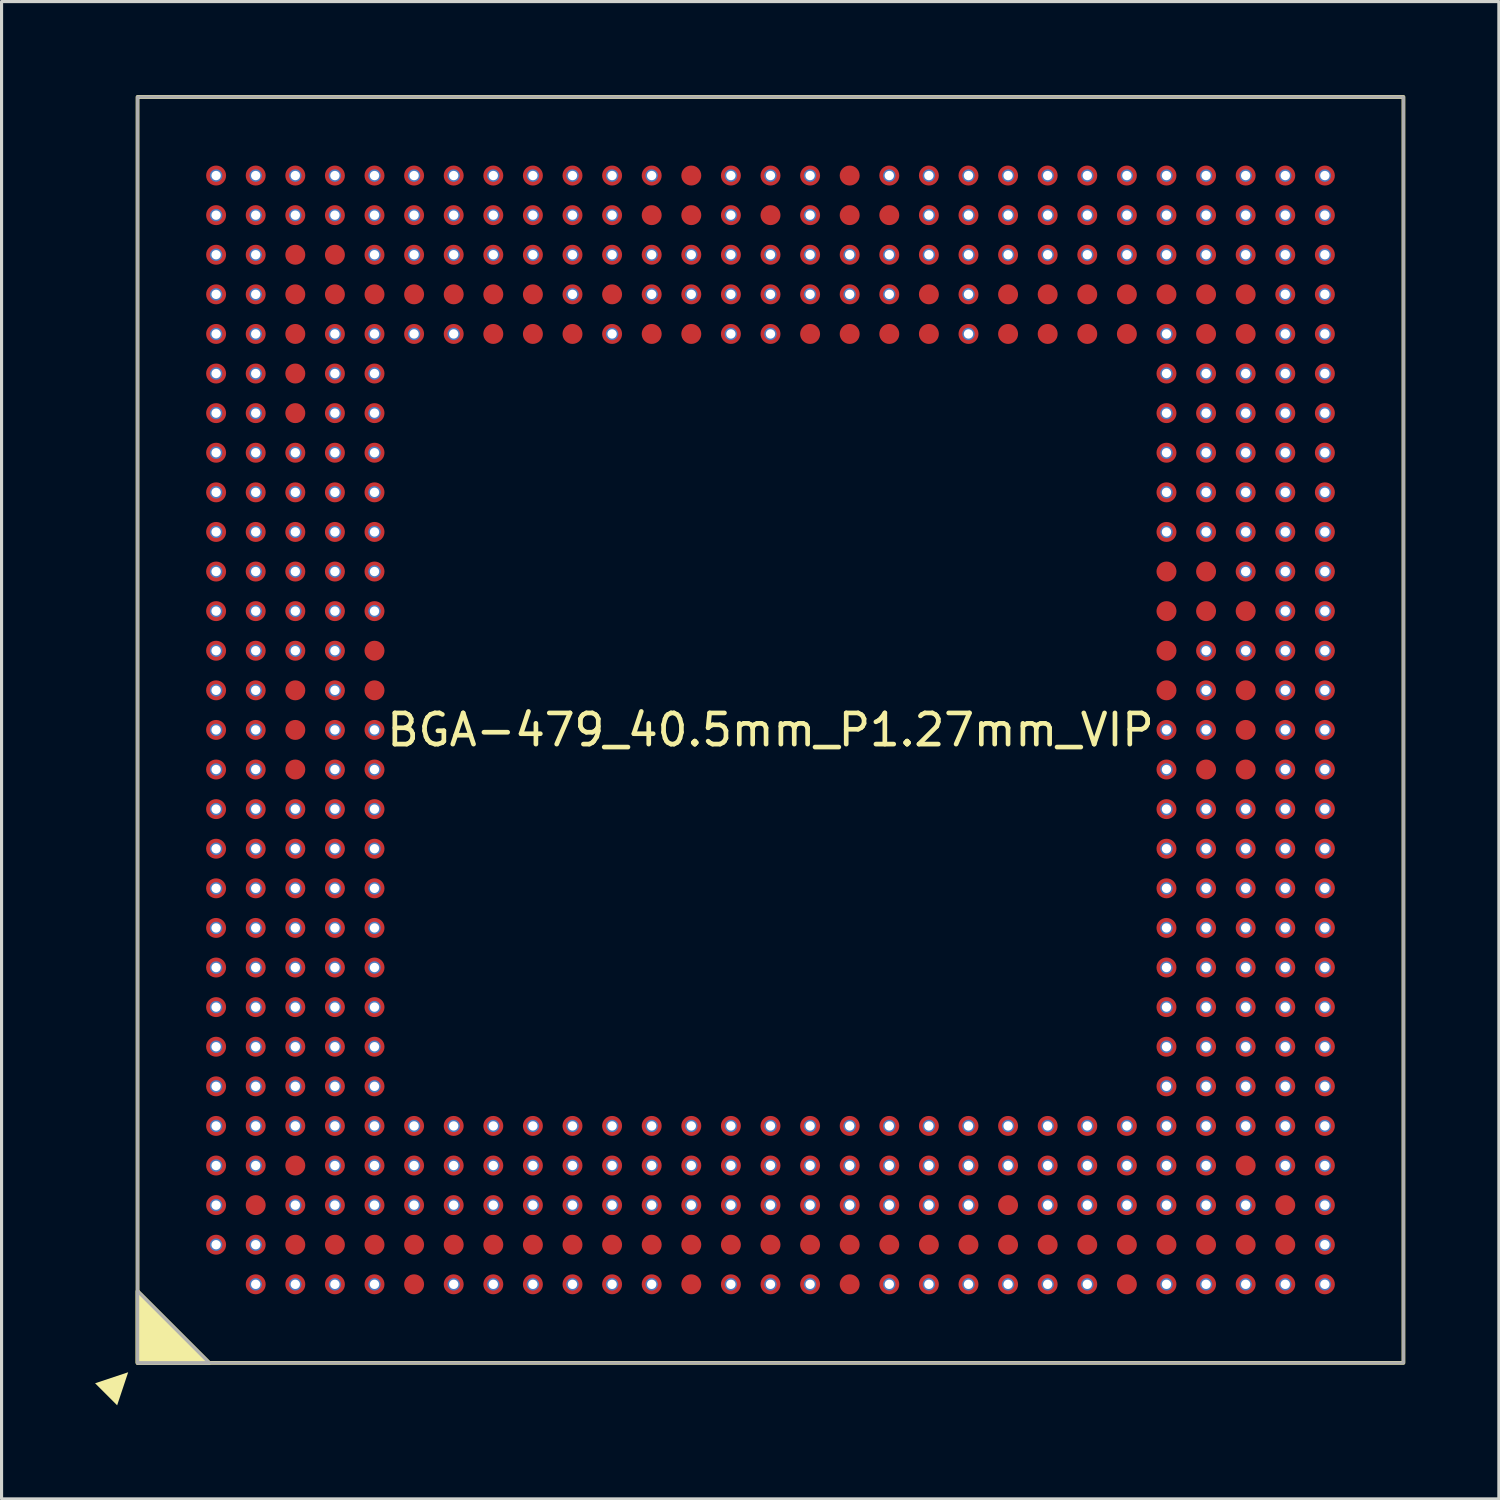
<source format=kicad_pcb>
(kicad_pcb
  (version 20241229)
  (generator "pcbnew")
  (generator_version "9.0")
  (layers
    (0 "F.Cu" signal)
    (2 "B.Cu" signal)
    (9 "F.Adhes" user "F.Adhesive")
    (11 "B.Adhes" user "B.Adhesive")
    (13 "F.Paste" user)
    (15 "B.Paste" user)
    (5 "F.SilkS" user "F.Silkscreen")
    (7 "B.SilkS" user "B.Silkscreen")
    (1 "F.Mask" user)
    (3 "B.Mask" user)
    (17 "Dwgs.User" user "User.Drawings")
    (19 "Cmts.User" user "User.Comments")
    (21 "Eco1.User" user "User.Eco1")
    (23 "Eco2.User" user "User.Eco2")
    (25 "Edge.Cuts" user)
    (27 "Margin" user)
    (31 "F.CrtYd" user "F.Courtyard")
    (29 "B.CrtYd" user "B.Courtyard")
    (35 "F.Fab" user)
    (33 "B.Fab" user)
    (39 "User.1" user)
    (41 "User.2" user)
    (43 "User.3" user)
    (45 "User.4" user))
  (footprint "BGA-479_40.5mm_P1.27mm_VIP"
    (layer "F.Cu")
    (at 21.661 20.36)
    (property "Reference" "BGA-479_40.5mm_P1.27mm_VIP" (at 0 0 0) (unlocked yes) (layer "F.SilkS") (effects (font (size 1 1) (thickness 0.15))))
    (attr smd)
    (fp_rect (start -20.3 -20.3) (end 20.3 20.3) (stroke (width 0.12) (type default)) (fill no) (layer "F.SilkS"))
    (fp_poly (pts (xy -20.954 21.661) (xy -21.661 20.954) (xy -20.6 20.6)) (stroke (width 0) (type solid)) (fill yes) (layer "F.SilkS"))
    (fp_poly (pts (xy -20.3 20.3) (xy -20.3 18) (xy -18 20.3)) (stroke (width 0.12) (type solid)) (fill yes) (layer "F.SilkS"))
    (fp_rect (start -20.3 -20.3) (end 20.3 20.3) (stroke (width 0.1) (type default)) (fill no) (layer "F.Fab"))
    (fp_poly (pts (xy -18 20.3) (xy -20.3 18) (xy -20.3 20.3)) (stroke (width 0.1) (type solid)) (fill no) (layer "F.Fab"))
    (pad "A2" thru_hole circle (at -16.51 17.78) (size 0.4 0.4) (drill 0.3) (layers "*.Cu" "B.Mask") (remove_unused_layers yes) (keep_end_layers yes) (zone_layer_connections))
    (pad "A2" smd circle (at -16.51 17.78) (size 0.64 0.64) (layers "F.Cu" "F.Mask"))
    (pad "A3" thru_hole circle (at -15.24 17.78) (size 0.4 0.4) (drill 0.3) (layers "*.Cu" "B.Mask") (remove_unused_layers yes) (keep_end_layers yes) (zone_layer_connections))
    (pad "A3" smd circle (at -15.24 17.78) (size 0.64 0.64) (layers "F.Cu" "F.Mask"))
    (pad "A4" thru_hole circle (at -13.97 17.78) (size 0.4 0.4) (drill 0.3) (layers "*.Cu" "B.Mask") (remove_unused_layers yes) (keep_end_layers yes) (zone_layer_connections))
    (pad "A4" smd circle (at -13.97 17.78) (size 0.64 0.64) (layers "F.Cu" "F.Mask"))
    (pad "A5" thru_hole circle (at -12.7 17.78) (size 0.4 0.4) (drill 0.3) (layers "*.Cu" "B.Mask") (remove_unused_layers yes) (keep_end_layers yes) (zone_layer_connections))
    (pad "A5" smd circle (at -12.7 17.78) (size 0.64 0.64) (layers "F.Cu" "F.Mask"))
    (pad "A6" smd circle (at -11.43 17.78) (size 0.64 0.64) (layers "F.Cu" "F.Mask"))
    (pad "A7" thru_hole circle (at -10.16 17.78) (size 0.4 0.4) (drill 0.3) (layers "*.Cu" "B.Mask") (remove_unused_layers yes) (keep_end_layers yes) (zone_layer_connections))
    (pad "A7" smd circle (at -10.16 17.78) (size 0.64 0.64) (layers "F.Cu" "F.Mask"))
    (pad "A8" thru_hole circle (at -8.89 17.78) (size 0.4 0.4) (drill 0.3) (layers "*.Cu" "B.Mask") (remove_unused_layers yes) (keep_end_layers yes) (zone_layer_connections))
    (pad "A8" smd circle (at -8.89 17.78) (size 0.64 0.64) (layers "F.Cu" "F.Mask"))
    (pad "A9" thru_hole circle (at -7.62 17.78) (size 0.4 0.4) (drill 0.3) (layers "*.Cu" "B.Mask") (remove_unused_layers yes) (keep_end_layers yes) (zone_layer_connections))
    (pad "A9" smd circle (at -7.62 17.78) (size 0.64 0.64) (layers "F.Cu" "F.Mask"))
    (pad "A10" thru_hole circle (at -6.35 17.78) (size 0.4 0.4) (drill 0.3) (layers "*.Cu" "B.Mask") (remove_unused_layers yes) (keep_end_layers yes) (zone_layer_connections))
    (pad "A10" smd circle (at -6.35 17.78) (size 0.64 0.64) (layers "F.Cu" "F.Mask"))
    (pad "A11" thru_hole circle (at -5.08 17.78) (size 0.4 0.4) (drill 0.3) (layers "*.Cu" "B.Mask") (remove_unused_layers yes) (keep_end_layers yes) (zone_layer_connections))
    (pad "A11" smd circle (at -5.08 17.78) (size 0.64 0.64) (layers "F.Cu" "F.Mask"))
    (pad "A12" thru_hole circle (at -3.81 17.78) (size 0.4 0.4) (drill 0.3) (layers "*.Cu" "B.Mask") (remove_unused_layers yes) (keep_end_layers yes) (zone_layer_connections))
    (pad "A12" smd circle (at -3.81 17.78) (size 0.64 0.64) (layers "F.Cu" "F.Mask"))
    (pad "A13" smd circle (at -2.54 17.78) (size 0.64 0.64) (layers "F.Cu" "F.Mask"))
    (pad "A14" thru_hole circle (at -1.27 17.78) (size 0.4 0.4) (drill 0.3) (layers "*.Cu" "B.Mask") (remove_unused_layers yes) (keep_end_layers yes) (zone_layer_connections))
    (pad "A14" smd circle (at -1.27 17.78) (size 0.64 0.64) (layers "F.Cu" "F.Mask"))
    (pad "A15" thru_hole circle (at 0 17.78) (size 0.4 0.4) (drill 0.3) (layers "*.Cu" "B.Mask") (remove_unused_layers yes) (keep_end_layers yes) (zone_layer_connections))
    (pad "A15" smd circle (at 0 17.78) (size 0.64 0.64) (layers "F.Cu" "F.Mask"))
    (pad "A16" thru_hole circle (at 1.27 17.78) (size 0.4 0.4) (drill 0.3) (layers "*.Cu" "B.Mask") (remove_unused_layers yes) (keep_end_layers yes) (zone_layer_connections))
    (pad "A16" smd circle (at 1.27 17.78) (size 0.64 0.64) (layers "F.Cu" "F.Mask"))
    (pad "A17" smd circle (at 2.54 17.78) (size 0.64 0.64) (layers "F.Cu" "F.Mask"))
    (pad "A18" thru_hole circle (at 3.81 17.78) (size 0.4 0.4) (drill 0.3) (layers "*.Cu" "B.Mask") (remove_unused_layers yes) (keep_end_layers yes) (zone_layer_connections))
    (pad "A18" smd circle (at 3.81 17.78) (size 0.64 0.64) (layers "F.Cu" "F.Mask"))
    (pad "A19" thru_hole circle (at 5.08 17.78) (size 0.4 0.4) (drill 0.3) (layers "*.Cu" "B.Mask") (remove_unused_layers yes) (keep_end_layers yes) (zone_layer_connections))
    (pad "A19" smd circle (at 5.08 17.78) (size 0.64 0.64) (layers "F.Cu" "F.Mask"))
    (pad "A20" thru_hole circle (at 6.35 17.78) (size 0.4 0.4) (drill 0.3) (layers "*.Cu" "B.Mask") (remove_unused_layers yes) (keep_end_layers yes) (zone_layer_connections))
    (pad "A20" smd circle (at 6.35 17.78) (size 0.64 0.64) (layers "F.Cu" "F.Mask"))
    (pad "A21" thru_hole circle (at 7.62 17.78) (size 0.4 0.4) (drill 0.3) (layers "*.Cu" "B.Mask") (remove_unused_layers yes) (keep_end_layers yes) (zone_layer_connections))
    (pad "A21" smd circle (at 7.62 17.78) (size 0.64 0.64) (layers "F.Cu" "F.Mask"))
    (pad "A22" thru_hole circle (at 8.89 17.78) (size 0.4 0.4) (drill 0.3) (layers "*.Cu" "B.Mask") (remove_unused_layers yes) (keep_end_layers yes) (zone_layer_connections))
    (pad "A22" smd circle (at 8.89 17.78) (size 0.64 0.64) (layers "F.Cu" "F.Mask"))
    (pad "A23" thru_hole circle (at 10.16 17.78) (size 0.4 0.4) (drill 0.3) (layers "*.Cu" "B.Mask") (remove_unused_layers yes) (keep_end_layers yes) (zone_layer_connections))
    (pad "A23" smd circle (at 10.16 17.78) (size 0.64 0.64) (layers "F.Cu" "F.Mask"))
    (pad "A24" smd circle (at 11.43 17.78) (size 0.64 0.64) (layers "F.Cu" "F.Mask"))
    (pad "A25" thru_hole circle (at 12.7 17.78) (size 0.4 0.4) (drill 0.3) (layers "*.Cu" "B.Mask") (remove_unused_layers yes) (keep_end_layers yes) (zone_layer_connections))
    (pad "A25" smd circle (at 12.7 17.78) (size 0.64 0.64) (layers "F.Cu" "F.Mask"))
    (pad "A26" thru_hole circle (at 13.97 17.78) (size 0.4 0.4) (drill 0.3) (layers "*.Cu" "B.Mask") (remove_unused_layers yes) (keep_end_layers yes) (zone_layer_connections))
    (pad "A26" smd circle (at 13.97 17.78) (size 0.64 0.64) (layers "F.Cu" "F.Mask"))
    (pad "A27" thru_hole circle (at 15.24 17.78) (size 0.4 0.4) (drill 0.3) (layers "*.Cu" "B.Mask") (remove_unused_layers yes) (keep_end_layers yes) (zone_layer_connections))
    (pad "A27" smd circle (at 15.24 17.78) (size 0.64 0.64) (layers "F.Cu" "F.Mask"))
    (pad "A28" thru_hole circle (at 16.51 17.78) (size 0.4 0.4) (drill 0.3) (layers "*.Cu" "B.Mask") (remove_unused_layers yes) (keep_end_layers yes) (zone_layer_connections))
    (pad "A28" smd circle (at 16.51 17.78) (size 0.64 0.64) (layers "F.Cu" "F.Mask"))
    (pad "A29" thru_hole circle (at 17.78 17.78) (size 0.4 0.4) (drill 0.3) (layers "*.Cu" "B.Mask") (remove_unused_layers yes) (keep_end_layers yes) (zone_layer_connections))
    (pad "A29" smd circle (at 17.78 17.78) (size 0.64 0.64) (layers "F.Cu" "F.Mask"))
    (pad "AA1" thru_hole circle (at -17.78 -15.24) (size 0.4 0.4) (drill 0.3) (layers "*.Cu" "B.Mask") (remove_unused_layers yes) (keep_end_layers yes) (zone_layer_connections))
    (pad "AA1" smd circle (at -17.78 -15.24) (size 0.64 0.64) (layers "F.Cu" "F.Mask"))
    (pad "AA2" thru_hole circle (at -16.51 -15.24) (size 0.4 0.4) (drill 0.3) (layers "*.Cu" "B.Mask") (remove_unused_layers yes) (keep_end_layers yes) (zone_layer_connections))
    (pad "AA2" smd circle (at -16.51 -15.24) (size 0.64 0.64) (layers "F.Cu" "F.Mask"))
    (pad "AA3" smd circle (at -15.24 -15.24) (size 0.64 0.64) (layers "F.Cu" "F.Mask"))
    (pad "AA4" smd circle (at -13.97 -15.24) (size 0.64 0.64) (layers "F.Cu" "F.Mask"))
    (pad "AA5" thru_hole circle (at -12.7 -15.24) (size 0.4 0.4) (drill 0.3) (layers "*.Cu" "B.Mask") (remove_unused_layers yes) (keep_end_layers yes) (zone_layer_connections))
    (pad "AA5" smd circle (at -12.7 -15.24) (size 0.64 0.64) (layers "F.Cu" "F.Mask"))
    (pad "AA6" thru_hole circle (at -11.43 -15.24) (size 0.4 0.4) (drill 0.3) (layers "*.Cu" "B.Mask") (remove_unused_layers yes) (keep_end_layers yes) (zone_layer_connections))
    (pad "AA6" smd circle (at -11.43 -15.24) (size 0.64 0.64) (layers "F.Cu" "F.Mask"))
    (pad "AA7" thru_hole circle (at -10.16 -15.24) (size 0.4 0.4) (drill 0.3) (layers "*.Cu" "B.Mask") (remove_unused_layers yes) (keep_end_layers yes) (zone_layer_connections))
    (pad "AA7" smd circle (at -10.16 -15.24) (size 0.64 0.64) (layers "F.Cu" "F.Mask"))
    (pad "AA8" thru_hole circle (at -8.89 -15.24) (size 0.4 0.4) (drill 0.3) (layers "*.Cu" "B.Mask") (remove_unused_layers yes) (keep_end_layers yes) (zone_layer_connections))
    (pad "AA8" smd circle (at -8.89 -15.24) (size 0.64 0.64) (layers "F.Cu" "F.Mask"))
    (pad "AA9" thru_hole circle (at -7.62 -15.24) (size 0.4 0.4) (drill 0.3) (layers "*.Cu" "B.Mask") (remove_unused_layers yes) (keep_end_layers yes) (zone_layer_connections))
    (pad "AA9" smd circle (at -7.62 -15.24) (size 0.64 0.64) (layers "F.Cu" "F.Mask"))
    (pad "AA10" thru_hole circle (at -6.35 -15.24) (size 0.4 0.4) (drill 0.3) (layers "*.Cu" "B.Mask") (remove_unused_layers yes) (keep_end_layers yes) (zone_layer_connections))
    (pad "AA10" smd circle (at -6.35 -15.24) (size 0.64 0.64) (layers "F.Cu" "F.Mask"))
    (pad "AA11" thru_hole circle (at -5.08 -15.24) (size 0.4 0.4) (drill 0.3) (layers "*.Cu" "B.Mask") (remove_unused_layers yes) (keep_end_layers yes) (zone_layer_connections))
    (pad "AA11" smd circle (at -5.08 -15.24) (size 0.64 0.64) (layers "F.Cu" "F.Mask"))
    (pad "AA12" thru_hole circle (at -3.81 -15.24) (size 0.4 0.4) (drill 0.3) (layers "*.Cu" "B.Mask") (remove_unused_layers yes) (keep_end_layers yes) (zone_layer_connections))
    (pad "AA12" smd circle (at -3.81 -15.24) (size 0.64 0.64) (layers "F.Cu" "F.Mask"))
    (pad "AA13" thru_hole circle (at -2.54 -15.24) (size 0.4 0.4) (drill 0.3) (layers "*.Cu" "B.Mask") (remove_unused_layers yes) (keep_end_layers yes) (zone_layer_connections))
    (pad "AA13" smd circle (at -2.54 -15.24) (size 0.64 0.64) (layers "F.Cu" "F.Mask"))
    (pad "AA14" thru_hole circle (at -1.27 -15.24) (size 0.4 0.4) (drill 0.3) (layers "*.Cu" "B.Mask") (remove_unused_layers yes) (keep_end_layers yes) (zone_layer_connections))
    (pad "AA14" smd circle (at -1.27 -15.24) (size 0.64 0.64) (layers "F.Cu" "F.Mask"))
    (pad "AA15" thru_hole circle (at 0 -15.24) (size 0.4 0.4) (drill 0.3) (layers "*.Cu" "B.Mask") (remove_unused_layers yes) (keep_end_layers yes) (zone_layer_connections))
    (pad "AA15" smd circle (at 0 -15.24) (size 0.64 0.64) (layers "F.Cu" "F.Mask"))
    (pad "AA16" thru_hole circle (at 1.27 -15.24) (size 0.4 0.4) (drill 0.3) (layers "*.Cu" "B.Mask") (remove_unused_layers yes) (keep_end_layers yes) (zone_layer_connections))
    (pad "AA16" smd circle (at 1.27 -15.24) (size 0.64 0.64) (layers "F.Cu" "F.Mask"))
    (pad "AA17" thru_hole circle (at 2.54 -15.24) (size 0.4 0.4) (drill 0.3) (layers "*.Cu" "B.Mask") (remove_unused_layers yes) (keep_end_layers yes) (zone_layer_connections))
    (pad "AA17" smd circle (at 2.54 -15.24) (size 0.64 0.64) (layers "F.Cu" "F.Mask"))
    (pad "AA18" thru_hole circle (at 3.81 -15.24) (size 0.4 0.4) (drill 0.3) (layers "*.Cu" "B.Mask") (remove_unused_layers yes) (keep_end_layers yes) (zone_layer_connections))
    (pad "AA18" smd circle (at 3.81 -15.24) (size 0.64 0.64) (layers "F.Cu" "F.Mask"))
    (pad "AA19" thru_hole circle (at 5.08 -15.24) (size 0.4 0.4) (drill 0.3) (layers "*.Cu" "B.Mask") (remove_unused_layers yes) (keep_end_layers yes) (zone_layer_connections))
    (pad "AA19" smd circle (at 5.08 -15.24) (size 0.64 0.64) (layers "F.Cu" "F.Mask"))
    (pad "AA20" thru_hole circle (at 6.35 -15.24) (size 0.4 0.4) (drill 0.3) (layers "*.Cu" "B.Mask") (remove_unused_layers yes) (keep_end_layers yes) (zone_layer_connections))
    (pad "AA20" smd circle (at 6.35 -15.24) (size 0.64 0.64) (layers "F.Cu" "F.Mask"))
    (pad "AA21" thru_hole circle (at 7.62 -15.24) (size 0.4 0.4) (drill 0.3) (layers "*.Cu" "B.Mask") (remove_unused_layers yes) (keep_end_layers yes) (zone_layer_connections))
    (pad "AA21" smd circle (at 7.62 -15.24) (size 0.64 0.64) (layers "F.Cu" "F.Mask"))
    (pad "AA22" thru_hole circle (at 8.89 -15.24) (size 0.4 0.4) (drill 0.3) (layers "*.Cu" "B.Mask") (remove_unused_layers yes) (keep_end_layers yes) (zone_layer_connections))
    (pad "AA22" smd circle (at 8.89 -15.24) (size 0.64 0.64) (layers "F.Cu" "F.Mask"))
    (pad "AA23" thru_hole circle (at 10.16 -15.24) (size 0.4 0.4) (drill 0.3) (layers "*.Cu" "B.Mask") (remove_unused_layers yes) (keep_end_layers yes) (zone_layer_connections))
    (pad "AA23" smd circle (at 10.16 -15.24) (size 0.64 0.64) (layers "F.Cu" "F.Mask"))
    (pad "AA24" thru_hole circle (at 11.43 -15.24) (size 0.4 0.4) (drill 0.3) (layers "*.Cu" "B.Mask") (remove_unused_layers yes) (keep_end_layers yes) (zone_layer_connections))
    (pad "AA24" smd circle (at 11.43 -15.24) (size 0.64 0.64) (layers "F.Cu" "F.Mask"))
    (pad "AA25" thru_hole circle (at 12.7 -15.24) (size 0.4 0.4) (drill 0.3) (layers "*.Cu" "B.Mask") (remove_unused_layers yes) (keep_end_layers yes) (zone_layer_connections))
    (pad "AA25" smd circle (at 12.7 -15.24) (size 0.64 0.64) (layers "F.Cu" "F.Mask"))
    (pad "AA26" thru_hole circle (at 13.97 -15.24) (size 0.4 0.4) (drill 0.3) (layers "*.Cu" "B.Mask") (remove_unused_layers yes) (keep_end_layers yes) (zone_layer_connections))
    (pad "AA26" smd circle (at 13.97 -15.24) (size 0.64 0.64) (layers "F.Cu" "F.Mask"))
    (pad "AA27" thru_hole circle (at 15.24 -15.24) (size 0.4 0.4) (drill 0.3) (layers "*.Cu" "B.Mask") (remove_unused_layers yes) (keep_end_layers yes) (zone_layer_connections))
    (pad "AA27" smd circle (at 15.24 -15.24) (size 0.64 0.64) (layers "F.Cu" "F.Mask"))
    (pad "AA28" thru_hole circle (at 16.51 -15.24) (size 0.4 0.4) (drill 0.3) (layers "*.Cu" "B.Mask") (remove_unused_layers yes) (keep_end_layers yes) (zone_layer_connections))
    (pad "AA28" smd circle (at 16.51 -15.24) (size 0.64 0.64) (layers "F.Cu" "F.Mask"))
    (pad "AA29" thru_hole circle (at 17.78 -15.24) (size 0.4 0.4) (drill 0.3) (layers "*.Cu" "B.Mask") (remove_unused_layers yes) (keep_end_layers yes) (zone_layer_connections))
    (pad "AA29" smd circle (at 17.78 -15.24) (size 0.64 0.64) (layers "F.Cu" "F.Mask"))
    (pad "AB1" thru_hole circle (at -17.78 -16.51) (size 0.4 0.4) (drill 0.3) (layers "*.Cu" "B.Mask") (remove_unused_layers yes) (keep_end_layers yes) (zone_layer_connections))
    (pad "AB1" smd circle (at -17.78 -16.51) (size 0.64 0.64) (layers "F.Cu" "F.Mask"))
    (pad "AB2" thru_hole circle (at -16.51 -16.51) (size 0.4 0.4) (drill 0.3) (layers "*.Cu" "B.Mask") (remove_unused_layers yes) (keep_end_layers yes) (zone_layer_connections))
    (pad "AB2" smd circle (at -16.51 -16.51) (size 0.64 0.64) (layers "F.Cu" "F.Mask"))
    (pad "AB3" thru_hole circle (at -15.24 -16.51) (size 0.4 0.4) (drill 0.3) (layers "*.Cu" "B.Mask") (remove_unused_layers yes) (keep_end_layers yes) (zone_layer_connections))
    (pad "AB3" smd circle (at -15.24 -16.51) (size 0.64 0.64) (layers "F.Cu" "F.Mask"))
    (pad "AB4" thru_hole circle (at -13.97 -16.51) (size 0.4 0.4) (drill 0.3) (layers "*.Cu" "B.Mask") (remove_unused_layers yes) (keep_end_layers yes) (zone_layer_connections))
    (pad "AB4" smd circle (at -13.97 -16.51) (size 0.64 0.64) (layers "F.Cu" "F.Mask"))
    (pad "AB5" thru_hole circle (at -12.7 -16.51) (size 0.4 0.4) (drill 0.3) (layers "*.Cu" "B.Mask") (remove_unused_layers yes) (keep_end_layers yes) (zone_layer_connections))
    (pad "AB5" smd circle (at -12.7 -16.51) (size 0.64 0.64) (layers "F.Cu" "F.Mask"))
    (pad "AB6" thru_hole circle (at -11.43 -16.51) (size 0.4 0.4) (drill 0.3) (layers "*.Cu" "B.Mask") (remove_unused_layers yes) (keep_end_layers yes) (zone_layer_connections))
    (pad "AB6" smd circle (at -11.43 -16.51) (size 0.64 0.64) (layers "F.Cu" "F.Mask"))
    (pad "AB7" thru_hole circle (at -10.16 -16.51) (size 0.4 0.4) (drill 0.3) (layers "*.Cu" "B.Mask") (remove_unused_layers yes) (keep_end_layers yes) (zone_layer_connections))
    (pad "AB7" smd circle (at -10.16 -16.51) (size 0.64 0.64) (layers "F.Cu" "F.Mask"))
    (pad "AB8" thru_hole circle (at -8.89 -16.51) (size 0.4 0.4) (drill 0.3) (layers "*.Cu" "B.Mask") (remove_unused_layers yes) (keep_end_layers yes) (zone_layer_connections))
    (pad "AB8" smd circle (at -8.89 -16.51) (size 0.64 0.64) (layers "F.Cu" "F.Mask"))
    (pad "AB9" thru_hole circle (at -7.62 -16.51) (size 0.4 0.4) (drill 0.3) (layers "*.Cu" "B.Mask") (remove_unused_layers yes) (keep_end_layers yes) (zone_layer_connections))
    (pad "AB9" smd circle (at -7.62 -16.51) (size 0.64 0.64) (layers "F.Cu" "F.Mask"))
    (pad "AB10" thru_hole circle (at -6.35 -16.51) (size 0.4 0.4) (drill 0.3) (layers "*.Cu" "B.Mask") (remove_unused_layers yes) (keep_end_layers yes) (zone_layer_connections))
    (pad "AB10" smd circle (at -6.35 -16.51) (size 0.64 0.64) (layers "F.Cu" "F.Mask"))
    (pad "AB11" thru_hole circle (at -5.08 -16.51) (size 0.4 0.4) (drill 0.3) (layers "*.Cu" "B.Mask") (remove_unused_layers yes) (keep_end_layers yes) (zone_layer_connections))
    (pad "AB11" smd circle (at -5.08 -16.51) (size 0.64 0.64) (layers "F.Cu" "F.Mask"))
    (pad "AB12" smd circle (at -3.81 -16.51) (size 0.64 0.64) (layers "F.Cu" "F.Mask"))
    (pad "AB13" smd circle (at -2.54 -16.51) (size 0.64 0.64) (layers "F.Cu" "F.Mask"))
    (pad "AB14" thru_hole circle (at -1.27 -16.51) (size 0.4 0.4) (drill 0.3) (layers "*.Cu" "B.Mask") (remove_unused_layers yes) (keep_end_layers yes) (zone_layer_connections))
    (pad "AB14" smd circle (at -1.27 -16.51) (size 0.64 0.64) (layers "F.Cu" "F.Mask"))
    (pad "AB15" smd circle (at 0 -16.51) (size 0.64 0.64) (layers "F.Cu" "F.Mask"))
    (pad "AB16" thru_hole circle (at 1.27 -16.51) (size 0.4 0.4) (drill 0.3) (layers "*.Cu" "B.Mask") (remove_unused_layers yes) (keep_end_layers yes) (zone_layer_connections))
    (pad "AB16" smd circle (at 1.27 -16.51) (size 0.64 0.64) (layers "F.Cu" "F.Mask"))
    (pad "AB17" smd circle (at 2.54 -16.51) (size 0.64 0.64) (layers "F.Cu" "F.Mask"))
    (pad "AB18" smd circle (at 3.81 -16.51) (size 0.64 0.64) (layers "F.Cu" "F.Mask"))
    (pad "AB19" thru_hole circle (at 5.08 -16.51) (size 0.4 0.4) (drill 0.3) (layers "*.Cu" "B.Mask") (remove_unused_layers yes) (keep_end_layers yes) (zone_layer_connections))
    (pad "AB19" smd circle (at 5.08 -16.51) (size 0.64 0.64) (layers "F.Cu" "F.Mask"))
    (pad "AB20" thru_hole circle (at 6.35 -16.51) (size 0.4 0.4) (drill 0.3) (layers "*.Cu" "B.Mask") (remove_unused_layers yes) (keep_end_layers yes) (zone_layer_connections))
    (pad "AB20" smd circle (at 6.35 -16.51) (size 0.64 0.64) (layers "F.Cu" "F.Mask"))
    (pad "AB21" thru_hole circle (at 7.62 -16.51) (size 0.4 0.4) (drill 0.3) (layers "*.Cu" "B.Mask") (remove_unused_layers yes) (keep_end_layers yes) (zone_layer_connections))
    (pad "AB21" smd circle (at 7.62 -16.51) (size 0.64 0.64) (layers "F.Cu" "F.Mask"))
    (pad "AB22" thru_hole circle (at 8.89 -16.51) (size 0.4 0.4) (drill 0.3) (layers "*.Cu" "B.Mask") (remove_unused_layers yes) (keep_end_layers yes) (zone_layer_connections))
    (pad "AB22" smd circle (at 8.89 -16.51) (size 0.64 0.64) (layers "F.Cu" "F.Mask"))
    (pad "AB23" thru_hole circle (at 10.16 -16.51) (size 0.4 0.4) (drill 0.3) (layers "*.Cu" "B.Mask") (remove_unused_layers yes) (keep_end_layers yes) (zone_layer_connections))
    (pad "AB23" smd circle (at 10.16 -16.51) (size 0.64 0.64) (layers "F.Cu" "F.Mask"))
    (pad "AB24" thru_hole circle (at 11.43 -16.51) (size 0.4 0.4) (drill 0.3) (layers "*.Cu" "B.Mask") (remove_unused_layers yes) (keep_end_layers yes) (zone_layer_connections))
    (pad "AB24" smd circle (at 11.43 -16.51) (size 0.64 0.64) (layers "F.Cu" "F.Mask"))
    (pad "AB25" thru_hole circle (at 12.7 -16.51) (size 0.4 0.4) (drill 0.3) (layers "*.Cu" "B.Mask") (remove_unused_layers yes) (keep_end_layers yes) (zone_layer_connections))
    (pad "AB25" smd circle (at 12.7 -16.51) (size 0.64 0.64) (layers "F.Cu" "F.Mask"))
    (pad "AB26" thru_hole circle (at 13.97 -16.51) (size 0.4 0.4) (drill 0.3) (layers "*.Cu" "B.Mask") (remove_unused_layers yes) (keep_end_layers yes) (zone_layer_connections))
    (pad "AB26" smd circle (at 13.97 -16.51) (size 0.64 0.64) (layers "F.Cu" "F.Mask"))
    (pad "AB27" thru_hole circle (at 15.24 -16.51) (size 0.4 0.4) (drill 0.3) (layers "*.Cu" "B.Mask") (remove_unused_layers yes) (keep_end_layers yes) (zone_layer_connections))
    (pad "AB27" smd circle (at 15.24 -16.51) (size 0.64 0.64) (layers "F.Cu" "F.Mask"))
    (pad "AB28" thru_hole circle (at 16.51 -16.51) (size 0.4 0.4) (drill 0.3) (layers "*.Cu" "B.Mask") (remove_unused_layers yes) (keep_end_layers yes) (zone_layer_connections))
    (pad "AB28" smd circle (at 16.51 -16.51) (size 0.64 0.64) (layers "F.Cu" "F.Mask"))
    (pad "AB29" thru_hole circle (at 17.78 -16.51) (size 0.4 0.4) (drill 0.3) (layers "*.Cu" "B.Mask") (remove_unused_layers yes) (keep_end_layers yes) (zone_layer_connections))
    (pad "AB29" smd circle (at 17.78 -16.51) (size 0.64 0.64) (layers "F.Cu" "F.Mask"))
    (pad "AC1" thru_hole circle (at -17.78 -17.78) (size 0.4 0.4) (drill 0.3) (layers "*.Cu" "B.Mask") (remove_unused_layers yes) (keep_end_layers yes) (zone_layer_connections))
    (pad "AC1" smd circle (at -17.78 -17.78) (size 0.64 0.64) (layers "F.Cu" "F.Mask"))
    (pad "AC2" thru_hole circle (at -16.51 -17.78) (size 0.4 0.4) (drill 0.3) (layers "*.Cu" "B.Mask") (remove_unused_layers yes) (keep_end_layers yes) (zone_layer_connections))
    (pad "AC2" smd circle (at -16.51 -17.78) (size 0.64 0.64) (layers "F.Cu" "F.Mask"))
    (pad "AC3" thru_hole circle (at -15.24 -17.78) (size 0.4 0.4) (drill 0.3) (layers "*.Cu" "B.Mask") (remove_unused_layers yes) (keep_end_layers yes) (zone_layer_connections))
    (pad "AC3" smd circle (at -15.24 -17.78) (size 0.64 0.64) (layers "F.Cu" "F.Mask"))
    (pad "AC4" thru_hole circle (at -13.97 -17.78) (size 0.4 0.4) (drill 0.3) (layers "*.Cu" "B.Mask") (remove_unused_layers yes) (keep_end_layers yes) (zone_layer_connections))
    (pad "AC4" smd circle (at -13.97 -17.78) (size 0.64 0.64) (layers "F.Cu" "F.Mask"))
    (pad "AC5" thru_hole circle (at -12.7 -17.78) (size 0.4 0.4) (drill 0.3) (layers "*.Cu" "B.Mask") (remove_unused_layers yes) (keep_end_layers yes) (zone_layer_connections))
    (pad "AC5" smd circle (at -12.7 -17.78) (size 0.64 0.64) (layers "F.Cu" "F.Mask"))
    (pad "AC6" thru_hole circle (at -11.43 -17.78) (size 0.4 0.4) (drill 0.3) (layers "*.Cu" "B.Mask") (remove_unused_layers yes) (keep_end_layers yes) (zone_layer_connections))
    (pad "AC6" smd circle (at -11.43 -17.78) (size 0.64 0.64) (layers "F.Cu" "F.Mask"))
    (pad "AC7" thru_hole circle (at -10.16 -17.78) (size 0.4 0.4) (drill 0.3) (layers "*.Cu" "B.Mask") (remove_unused_layers yes) (keep_end_layers yes) (zone_layer_connections))
    (pad "AC7" smd circle (at -10.16 -17.78) (size 0.64 0.64) (layers "F.Cu" "F.Mask"))
    (pad "AC8" thru_hole circle (at -8.89 -17.78) (size 0.4 0.4) (drill 0.3) (layers "*.Cu" "B.Mask") (remove_unused_layers yes) (keep_end_layers yes) (zone_layer_connections))
    (pad "AC8" smd circle (at -8.89 -17.78) (size 0.64 0.64) (layers "F.Cu" "F.Mask"))
    (pad "AC9" thru_hole circle (at -7.62 -17.78) (size 0.4 0.4) (drill 0.3) (layers "*.Cu" "B.Mask") (remove_unused_layers yes) (keep_end_layers yes) (zone_layer_connections))
    (pad "AC9" smd circle (at -7.62 -17.78) (size 0.64 0.64) (layers "F.Cu" "F.Mask"))
    (pad "AC10" thru_hole circle (at -6.35 -17.78) (size 0.4 0.4) (drill 0.3) (layers "*.Cu" "B.Mask") (remove_unused_layers yes) (keep_end_layers yes) (zone_layer_connections))
    (pad "AC10" smd circle (at -6.35 -17.78) (size 0.64 0.64) (layers "F.Cu" "F.Mask"))
    (pad "AC11" thru_hole circle (at -5.08 -17.78) (size 0.4 0.4) (drill 0.3) (layers "*.Cu" "B.Mask") (remove_unused_layers yes) (keep_end_layers yes) (zone_layer_connections))
    (pad "AC11" smd circle (at -5.08 -17.78) (size 0.64 0.64) (layers "F.Cu" "F.Mask"))
    (pad "AC12" thru_hole circle (at -3.81 -17.78) (size 0.4 0.4) (drill 0.3) (layers "*.Cu" "B.Mask") (remove_unused_layers yes) (keep_end_layers yes) (zone_layer_connections))
    (pad "AC12" smd circle (at -3.81 -17.78) (size 0.64 0.64) (layers "F.Cu" "F.Mask"))
    (pad "AC13" smd circle (at -2.54 -17.78) (size 0.64 0.64) (layers "F.Cu" "F.Mask"))
    (pad "AC14" thru_hole circle (at -1.27 -17.78) (size 0.4 0.4) (drill 0.3) (layers "*.Cu" "B.Mask") (remove_unused_layers yes) (keep_end_layers yes) (zone_layer_connections))
    (pad "AC14" smd circle (at -1.27 -17.78) (size 0.64 0.64) (layers "F.Cu" "F.Mask"))
    (pad "AC15" thru_hole circle (at 0 -17.78) (size 0.4 0.4) (drill 0.3) (layers "*.Cu" "B.Mask") (remove_unused_layers yes) (keep_end_layers yes) (zone_layer_connections))
    (pad "AC15" smd circle (at 0 -17.78) (size 0.64 0.64) (layers "F.Cu" "F.Mask"))
    (pad "AC16" thru_hole circle (at 1.27 -17.78) (size 0.4 0.4) (drill 0.3) (layers "*.Cu" "B.Mask") (remove_unused_layers yes) (keep_end_layers yes) (zone_layer_connections))
    (pad "AC16" smd circle (at 1.27 -17.78) (size 0.64 0.64) (layers "F.Cu" "F.Mask"))
    (pad "AC17" smd circle (at 2.54 -17.78) (size 0.64 0.64) (layers "F.Cu" "F.Mask"))
    (pad "AC18" thru_hole circle (at 3.81 -17.78) (size 0.4 0.4) (drill 0.3) (layers "*.Cu" "B.Mask") (remove_unused_layers yes) (keep_end_layers yes) (zone_layer_connections))
    (pad "AC18" smd circle (at 3.81 -17.78) (size 0.64 0.64) (layers "F.Cu" "F.Mask"))
    (pad "AC19" thru_hole circle (at 5.08 -17.78) (size 0.4 0.4) (drill 0.3) (layers "*.Cu" "B.Mask") (remove_unused_layers yes) (keep_end_layers yes) (zone_layer_connections))
    (pad "AC19" smd circle (at 5.08 -17.78) (size 0.64 0.64) (layers "F.Cu" "F.Mask"))
    (pad "AC20" thru_hole circle (at 6.35 -17.78) (size 0.4 0.4) (drill 0.3) (layers "*.Cu" "B.Mask") (remove_unused_layers yes) (keep_end_layers yes) (zone_layer_connections))
    (pad "AC20" smd circle (at 6.35 -17.78) (size 0.64 0.64) (layers "F.Cu" "F.Mask"))
    (pad "AC21" thru_hole circle (at 7.62 -17.78) (size 0.4 0.4) (drill 0.3) (layers "*.Cu" "B.Mask") (remove_unused_layers yes) (keep_end_layers yes) (zone_layer_connections))
    (pad "AC21" smd circle (at 7.62 -17.78) (size 0.64 0.64) (layers "F.Cu" "F.Mask"))
    (pad "AC22" thru_hole circle (at 8.89 -17.78) (size 0.4 0.4) (drill 0.3) (layers "*.Cu" "B.Mask") (remove_unused_layers yes) (keep_end_layers yes) (zone_layer_connections))
    (pad "AC22" smd circle (at 8.89 -17.78) (size 0.64 0.64) (layers "F.Cu" "F.Mask"))
    (pad "AC23" thru_hole circle (at 10.16 -17.78) (size 0.4 0.4) (drill 0.3) (layers "*.Cu" "B.Mask") (remove_unused_layers yes) (keep_end_layers yes) (zone_layer_connections))
    (pad "AC23" smd circle (at 10.16 -17.78) (size 0.64 0.64) (layers "F.Cu" "F.Mask"))
    (pad "AC24" thru_hole circle (at 11.43 -17.78) (size 0.4 0.4) (drill 0.3) (layers "*.Cu" "B.Mask") (remove_unused_layers yes) (keep_end_layers yes) (zone_layer_connections))
    (pad "AC24" smd circle (at 11.43 -17.78) (size 0.64 0.64) (layers "F.Cu" "F.Mask"))
    (pad "AC25" thru_hole circle (at 12.7 -17.78) (size 0.4 0.4) (drill 0.3) (layers "*.Cu" "B.Mask") (remove_unused_layers yes) (keep_end_layers yes) (zone_layer_connections))
    (pad "AC25" smd circle (at 12.7 -17.78) (size 0.64 0.64) (layers "F.Cu" "F.Mask"))
    (pad "AC26" thru_hole circle (at 13.97 -17.78) (size 0.4 0.4) (drill 0.3) (layers "*.Cu" "B.Mask") (remove_unused_layers yes) (keep_end_layers yes) (zone_layer_connections))
    (pad "AC26" smd circle (at 13.97 -17.78) (size 0.64 0.64) (layers "F.Cu" "F.Mask"))
    (pad "AC27" thru_hole circle (at 15.24 -17.78) (size 0.4 0.4) (drill 0.3) (layers "*.Cu" "B.Mask") (remove_unused_layers yes) (keep_end_layers yes) (zone_layer_connections))
    (pad "AC27" smd circle (at 15.24 -17.78) (size 0.64 0.64) (layers "F.Cu" "F.Mask"))
    (pad "AC28" thru_hole circle (at 16.51 -17.78) (size 0.4 0.4) (drill 0.3) (layers "*.Cu" "B.Mask") (remove_unused_layers yes) (keep_end_layers yes) (zone_layer_connections))
    (pad "AC28" smd circle (at 16.51 -17.78) (size 0.64 0.64) (layers "F.Cu" "F.Mask"))
    (pad "AC29" thru_hole circle (at 17.78 -17.78) (size 0.4 0.4) (drill 0.3) (layers "*.Cu" "B.Mask") (remove_unused_layers yes) (keep_end_layers yes) (zone_layer_connections))
    (pad "AC29" smd circle (at 17.78 -17.78) (size 0.64 0.64) (layers "F.Cu" "F.Mask"))
    (pad "B1" thru_hole circle (at -17.78 16.51) (size 0.4 0.4) (drill 0.3) (layers "*.Cu" "B.Mask") (remove_unused_layers yes) (keep_end_layers yes) (zone_layer_connections))
    (pad "B1" smd circle (at -17.78 16.51) (size 0.64 0.64) (layers "F.Cu" "F.Mask"))
    (pad "B2" thru_hole circle (at -16.51 16.51) (size 0.4 0.4) (drill 0.3) (layers "*.Cu" "B.Mask") (remove_unused_layers yes) (keep_end_layers yes) (zone_layer_connections))
    (pad "B2" smd circle (at -16.51 16.51) (size 0.64 0.64) (layers "F.Cu" "F.Mask"))
    (pad "B3" smd circle (at -15.24 16.51) (size 0.64 0.64) (layers "F.Cu" "F.Mask"))
    (pad "B4" smd circle (at -13.97 16.51) (size 0.64 0.64) (layers "F.Cu" "F.Mask"))
    (pad "B5" smd circle (at -12.7 16.51) (size 0.64 0.64) (layers "F.Cu" "F.Mask"))
    (pad "B6" smd circle (at -11.43 16.51) (size 0.64 0.64) (layers "F.Cu" "F.Mask"))
    (pad "B7" smd circle (at -10.16 16.51) (size 0.64 0.64) (layers "F.Cu" "F.Mask"))
    (pad "B8" smd circle (at -8.89 16.51) (size 0.64 0.64) (layers "F.Cu" "F.Mask"))
    (pad "B9" smd circle (at -7.62 16.51) (size 0.64 0.64) (layers "F.Cu" "F.Mask"))
    (pad "B10" smd circle (at -6.35 16.51) (size 0.64 0.64) (layers "F.Cu" "F.Mask"))
    (pad "B11" smd circle (at -5.08 16.51) (size 0.64 0.64) (layers "F.Cu" "F.Mask"))
    (pad "B12" smd circle (at -3.81 16.51) (size 0.64 0.64) (layers "F.Cu" "F.Mask"))
    (pad "B13" smd circle (at -2.54 16.51) (size 0.64 0.64) (layers "F.Cu" "F.Mask"))
    (pad "B14" smd circle (at -1.27 16.51) (size 0.64 0.64) (layers "F.Cu" "F.Mask"))
    (pad "B15" smd circle (at 0 16.51) (size 0.64 0.64) (layers "F.Cu" "F.Mask"))
    (pad "B16" smd circle (at 1.27 16.51) (size 0.64 0.64) (layers "F.Cu" "F.Mask"))
    (pad "B17" smd circle (at 2.54 16.51) (size 0.64 0.64) (layers "F.Cu" "F.Mask"))
    (pad "B18" smd circle (at 3.81 16.51) (size 0.64 0.64) (layers "F.Cu" "F.Mask"))
    (pad "B19" smd circle (at 5.08 16.51) (size 0.64 0.64) (layers "F.Cu" "F.Mask"))
    (pad "B20" smd circle (at 6.35 16.51) (size 0.64 0.64) (layers "F.Cu" "F.Mask"))
    (pad "B21" smd circle (at 7.62 16.51) (size 0.64 0.64) (layers "F.Cu" "F.Mask"))
    (pad "B22" smd circle (at 8.89 16.51) (size 0.64 0.64) (layers "F.Cu" "F.Mask"))
    (pad "B23" smd circle (at 10.16 16.51) (size 0.64 0.64) (layers "F.Cu" "F.Mask"))
    (pad "B24" smd circle (at 11.43 16.51) (size 0.64 0.64) (layers "F.Cu" "F.Mask"))
    (pad "B25" smd circle (at 12.7 16.51) (size 0.64 0.64) (layers "F.Cu" "F.Mask"))
    (pad "B26" smd circle (at 13.97 16.51) (size 0.64 0.64) (layers "F.Cu" "F.Mask"))
    (pad "B27" smd circle (at 15.24 16.51) (size 0.64 0.64) (layers "F.Cu" "F.Mask"))
    (pad "B28" smd circle (at 16.51 16.51) (size 0.64 0.64) (layers "F.Cu" "F.Mask"))
    (pad "B29" thru_hole circle (at 17.78 16.51) (size 0.4 0.4) (drill 0.3) (layers "*.Cu" "B.Mask") (remove_unused_layers yes) (keep_end_layers yes) (zone_layer_connections))
    (pad "B29" smd circle (at 17.78 16.51) (size 0.64 0.64) (layers "F.Cu" "F.Mask"))
    (pad "C1" thru_hole circle (at -17.78 15.24) (size 0.4 0.4) (drill 0.3) (layers "*.Cu" "B.Mask") (remove_unused_layers yes) (keep_end_layers yes) (zone_layer_connections))
    (pad "C1" smd circle (at -17.78 15.24) (size 0.64 0.64) (layers "F.Cu" "F.Mask"))
    (pad "C2" smd circle (at -16.51 15.24) (size 0.64 0.64) (layers "F.Cu" "F.Mask"))
    (pad "C3" thru_hole circle (at -15.24 15.24) (size 0.4 0.4) (drill 0.3) (layers "*.Cu" "B.Mask") (remove_unused_layers yes) (keep_end_layers yes) (zone_layer_connections))
    (pad "C3" smd circle (at -15.24 15.24) (size 0.64 0.64) (layers "F.Cu" "F.Mask"))
    (pad "C4" thru_hole circle (at -13.97 15.24) (size 0.4 0.4) (drill 0.3) (layers "*.Cu" "B.Mask") (remove_unused_layers yes) (keep_end_layers yes) (zone_layer_connections))
    (pad "C4" smd circle (at -13.97 15.24) (size 0.64 0.64) (layers "F.Cu" "F.Mask"))
    (pad "C5" thru_hole circle (at -12.7 15.24) (size 0.4 0.4) (drill 0.3) (layers "*.Cu" "B.Mask") (remove_unused_layers yes) (keep_end_layers yes) (zone_layer_connections))
    (pad "C5" smd circle (at -12.7 15.24) (size 0.64 0.64) (layers "F.Cu" "F.Mask"))
    (pad "C6" thru_hole circle (at -11.43 15.24) (size 0.4 0.4) (drill 0.3) (layers "*.Cu" "B.Mask") (remove_unused_layers yes) (keep_end_layers yes) (zone_layer_connections))
    (pad "C6" smd circle (at -11.43 15.24) (size 0.64 0.64) (layers "F.Cu" "F.Mask"))
    (pad "C7" thru_hole circle (at -10.16 15.24) (size 0.4 0.4) (drill 0.3) (layers "*.Cu" "B.Mask") (remove_unused_layers yes) (keep_end_layers yes) (zone_layer_connections))
    (pad "C7" smd circle (at -10.16 15.24) (size 0.64 0.64) (layers "F.Cu" "F.Mask"))
    (pad "C8" thru_hole circle (at -8.89 15.24) (size 0.4 0.4) (drill 0.3) (layers "*.Cu" "B.Mask") (remove_unused_layers yes) (keep_end_layers yes) (zone_layer_connections))
    (pad "C8" smd circle (at -8.89 15.24) (size 0.64 0.64) (layers "F.Cu" "F.Mask"))
    (pad "C9" thru_hole circle (at -7.62 15.24) (size 0.4 0.4) (drill 0.3) (layers "*.Cu" "B.Mask") (remove_unused_layers yes) (keep_end_layers yes) (zone_layer_connections))
    (pad "C9" smd circle (at -7.62 15.24) (size 0.64 0.64) (layers "F.Cu" "F.Mask"))
    (pad "C10" thru_hole circle (at -6.35 15.24) (size 0.4 0.4) (drill 0.3) (layers "*.Cu" "B.Mask") (remove_unused_layers yes) (keep_end_layers yes) (zone_layer_connections))
    (pad "C10" smd circle (at -6.35 15.24) (size 0.64 0.64) (layers "F.Cu" "F.Mask"))
    (pad "C11" thru_hole circle (at -5.08 15.24) (size 0.4 0.4) (drill 0.3) (layers "*.Cu" "B.Mask") (remove_unused_layers yes) (keep_end_layers yes) (zone_layer_connections))
    (pad "C11" smd circle (at -5.08 15.24) (size 0.64 0.64) (layers "F.Cu" "F.Mask"))
    (pad "C12" thru_hole circle (at -3.81 15.24) (size 0.4 0.4) (drill 0.3) (layers "*.Cu" "B.Mask") (remove_unused_layers yes) (keep_end_layers yes) (zone_layer_connections))
    (pad "C12" smd circle (at -3.81 15.24) (size 0.64 0.64) (layers "F.Cu" "F.Mask"))
    (pad "C13" thru_hole circle (at -2.54 15.24) (size 0.4 0.4) (drill 0.3) (layers "*.Cu" "B.Mask") (remove_unused_layers yes) (keep_end_layers yes) (zone_layer_connections))
    (pad "C13" smd circle (at -2.54 15.24) (size 0.64 0.64) (layers "F.Cu" "F.Mask"))
    (pad "C14" thru_hole circle (at -1.27 15.24) (size 0.4 0.4) (drill 0.3) (layers "*.Cu" "B.Mask") (remove_unused_layers yes) (keep_end_layers yes) (zone_layer_connections))
    (pad "C14" smd circle (at -1.27 15.24) (size 0.64 0.64) (layers "F.Cu" "F.Mask"))
    (pad "C15" thru_hole circle (at 0 15.24) (size 0.4 0.4) (drill 0.3) (layers "*.Cu" "B.Mask") (remove_unused_layers yes) (keep_end_layers yes) (zone_layer_connections))
    (pad "C15" smd circle (at 0 15.24) (size 0.64 0.64) (layers "F.Cu" "F.Mask"))
    (pad "C16" thru_hole circle (at 1.27 15.24) (size 0.4 0.4) (drill 0.3) (layers "*.Cu" "B.Mask") (remove_unused_layers yes) (keep_end_layers yes) (zone_layer_connections))
    (pad "C16" smd circle (at 1.27 15.24) (size 0.64 0.64) (layers "F.Cu" "F.Mask"))
    (pad "C17" thru_hole circle (at 2.54 15.24) (size 0.4 0.4) (drill 0.3) (layers "*.Cu" "B.Mask") (remove_unused_layers yes) (keep_end_layers yes) (zone_layer_connections))
    (pad "C17" smd circle (at 2.54 15.24) (size 0.64 0.64) (layers "F.Cu" "F.Mask"))
    (pad "C18" thru_hole circle (at 3.81 15.24) (size 0.4 0.4) (drill 0.3) (layers "*.Cu" "B.Mask") (remove_unused_layers yes) (keep_end_layers yes) (zone_layer_connections))
    (pad "C18" smd circle (at 3.81 15.24) (size 0.64 0.64) (layers "F.Cu" "F.Mask"))
    (pad "C19" thru_hole circle (at 5.08 15.24) (size 0.4 0.4) (drill 0.3) (layers "*.Cu" "B.Mask") (remove_unused_layers yes) (keep_end_layers yes) (zone_layer_connections))
    (pad "C19" smd circle (at 5.08 15.24) (size 0.64 0.64) (layers "F.Cu" "F.Mask"))
    (pad "C20" thru_hole circle (at 6.35 15.24) (size 0.4 0.4) (drill 0.3) (layers "*.Cu" "B.Mask") (remove_unused_layers yes) (keep_end_layers yes) (zone_layer_connections))
    (pad "C20" smd circle (at 6.35 15.24) (size 0.64 0.64) (layers "F.Cu" "F.Mask"))
    (pad "C21" smd circle (at 7.62 15.24) (size 0.64 0.64) (layers "F.Cu" "F.Mask"))
    (pad "C22" thru_hole circle (at 8.89 15.24) (size 0.4 0.4) (drill 0.3) (layers "*.Cu" "B.Mask") (remove_unused_layers yes) (keep_end_layers yes) (zone_layer_connections))
    (pad "C22" smd circle (at 8.89 15.24) (size 0.64 0.64) (layers "F.Cu" "F.Mask"))
    (pad "C23" thru_hole circle (at 10.16 15.24) (size 0.4 0.4) (drill 0.3) (layers "*.Cu" "B.Mask") (remove_unused_layers yes) (keep_end_layers yes) (zone_layer_connections))
    (pad "C23" smd circle (at 10.16 15.24) (size 0.64 0.64) (layers "F.Cu" "F.Mask"))
    (pad "C24" thru_hole circle (at 11.43 15.24) (size 0.4 0.4) (drill 0.3) (layers "*.Cu" "B.Mask") (remove_unused_layers yes) (keep_end_layers yes) (zone_layer_connections))
    (pad "C24" smd circle (at 11.43 15.24) (size 0.64 0.64) (layers "F.Cu" "F.Mask"))
    (pad "C25" thru_hole circle (at 12.7 15.24) (size 0.4 0.4) (drill 0.3) (layers "*.Cu" "B.Mask") (remove_unused_layers yes) (keep_end_layers yes) (zone_layer_connections))
    (pad "C25" smd circle (at 12.7 15.24) (size 0.64 0.64) (layers "F.Cu" "F.Mask"))
    (pad "C26" thru_hole circle (at 13.97 15.24) (size 0.4 0.4) (drill 0.3) (layers "*.Cu" "B.Mask") (remove_unused_layers yes) (keep_end_layers yes) (zone_layer_connections))
    (pad "C26" smd circle (at 13.97 15.24) (size 0.64 0.64) (layers "F.Cu" "F.Mask"))
    (pad "C27" thru_hole circle (at 15.24 15.24) (size 0.4 0.4) (drill 0.3) (layers "*.Cu" "B.Mask") (remove_unused_layers yes) (keep_end_layers yes) (zone_layer_connections))
    (pad "C27" smd circle (at 15.24 15.24) (size 0.64 0.64) (layers "F.Cu" "F.Mask"))
    (pad "C28" smd circle (at 16.51 15.24) (size 0.64 0.64) (layers "F.Cu" "F.Mask"))
    (pad "C29" thru_hole circle (at 17.78 15.24) (size 0.4 0.4) (drill 0.3) (layers "*.Cu" "B.Mask") (remove_unused_layers yes) (keep_end_layers yes) (zone_layer_connections))
    (pad "C29" smd circle (at 17.78 15.24) (size 0.64 0.64) (layers "F.Cu" "F.Mask"))
    (pad "D1" thru_hole circle (at -17.78 13.97) (size 0.4 0.4) (drill 0.3) (layers "*.Cu" "B.Mask") (remove_unused_layers yes) (keep_end_layers yes) (zone_layer_connections))
    (pad "D1" smd circle (at -17.78 13.97) (size 0.64 0.64) (layers "F.Cu" "F.Mask"))
    (pad "D2" thru_hole circle (at -16.51 13.97) (size 0.4 0.4) (drill 0.3) (layers "*.Cu" "B.Mask") (remove_unused_layers yes) (keep_end_layers yes) (zone_layer_connections))
    (pad "D2" smd circle (at -16.51 13.97) (size 0.64 0.64) (layers "F.Cu" "F.Mask"))
    (pad "D3" smd circle (at -15.24 13.97) (size 0.64 0.64) (layers "F.Cu" "F.Mask"))
    (pad "D4" thru_hole circle (at -13.97 13.97) (size 0.4 0.4) (drill 0.3) (layers "*.Cu" "B.Mask") (remove_unused_layers yes) (keep_end_layers yes) (zone_layer_connections))
    (pad "D4" smd circle (at -13.97 13.97) (size 0.64 0.64) (layers "F.Cu" "F.Mask"))
    (pad "D5" thru_hole circle (at -12.7 13.97) (size 0.4 0.4) (drill 0.3) (layers "*.Cu" "B.Mask") (remove_unused_layers yes) (keep_end_layers yes) (zone_layer_connections))
    (pad "D5" smd circle (at -12.7 13.97) (size 0.64 0.64) (layers "F.Cu" "F.Mask"))
    (pad "D6" thru_hole circle (at -11.43 13.97) (size 0.4 0.4) (drill 0.3) (layers "*.Cu" "B.Mask") (remove_unused_layers yes) (keep_end_layers yes) (zone_layer_connections))
    (pad "D6" smd circle (at -11.43 13.97) (size 0.64 0.64) (layers "F.Cu" "F.Mask"))
    (pad "D7" thru_hole circle (at -10.16 13.97) (size 0.4 0.4) (drill 0.3) (layers "*.Cu" "B.Mask") (remove_unused_layers yes) (keep_end_layers yes) (zone_layer_connections))
    (pad "D7" smd circle (at -10.16 13.97) (size 0.64 0.64) (layers "F.Cu" "F.Mask"))
    (pad "D8" thru_hole circle (at -8.89 13.97) (size 0.4 0.4) (drill 0.3) (layers "*.Cu" "B.Mask") (remove_unused_layers yes) (keep_end_layers yes) (zone_layer_connections))
    (pad "D8" smd circle (at -8.89 13.97) (size 0.64 0.64) (layers "F.Cu" "F.Mask"))
    (pad "D9" thru_hole circle (at -7.62 13.97) (size 0.4 0.4) (drill 0.3) (layers "*.Cu" "B.Mask") (remove_unused_layers yes) (keep_end_layers yes) (zone_layer_connections))
    (pad "D9" smd circle (at -7.62 13.97) (size 0.64 0.64) (layers "F.Cu" "F.Mask"))
    (pad "D10" thru_hole circle (at -6.35 13.97) (size 0.4 0.4) (drill 0.3) (layers "*.Cu" "B.Mask") (remove_unused_layers yes) (keep_end_layers yes) (zone_layer_connections))
    (pad "D10" smd circle (at -6.35 13.97) (size 0.64 0.64) (layers "F.Cu" "F.Mask"))
    (pad "D11" thru_hole circle (at -5.08 13.97) (size 0.4 0.4) (drill 0.3) (layers "*.Cu" "B.Mask") (remove_unused_layers yes) (keep_end_layers yes) (zone_layer_connections))
    (pad "D11" smd circle (at -5.08 13.97) (size 0.64 0.64) (layers "F.Cu" "F.Mask"))
    (pad "D12" thru_hole circle (at -3.81 13.97) (size 0.4 0.4) (drill 0.3) (layers "*.Cu" "B.Mask") (remove_unused_layers yes) (keep_end_layers yes) (zone_layer_connections))
    (pad "D12" smd circle (at -3.81 13.97) (size 0.64 0.64) (layers "F.Cu" "F.Mask"))
    (pad "D13" thru_hole circle (at -2.54 13.97) (size 0.4 0.4) (drill 0.3) (layers "*.Cu" "B.Mask") (remove_unused_layers yes) (keep_end_layers yes) (zone_layer_connections))
    (pad "D13" smd circle (at -2.54 13.97) (size 0.64 0.64) (layers "F.Cu" "F.Mask"))
    (pad "D14" thru_hole circle (at -1.27 13.97) (size 0.4 0.4) (drill 0.3) (layers "*.Cu" "B.Mask") (remove_unused_layers yes) (keep_end_layers yes) (zone_layer_connections))
    (pad "D14" smd circle (at -1.27 13.97) (size 0.64 0.64) (layers "F.Cu" "F.Mask"))
    (pad "D15" thru_hole circle (at 0 13.97) (size 0.4 0.4) (drill 0.3) (layers "*.Cu" "B.Mask") (remove_unused_layers yes) (keep_end_layers yes) (zone_layer_connections))
    (pad "D15" smd circle (at 0 13.97) (size 0.64 0.64) (layers "F.Cu" "F.Mask"))
    (pad "D16" thru_hole circle (at 1.27 13.97) (size 0.4 0.4) (drill 0.3) (layers "*.Cu" "B.Mask") (remove_unused_layers yes) (keep_end_layers yes) (zone_layer_connections))
    (pad "D16" smd circle (at 1.27 13.97) (size 0.64 0.64) (layers "F.Cu" "F.Mask"))
    (pad "D17" thru_hole circle (at 2.54 13.97) (size 0.4 0.4) (drill 0.3) (layers "*.Cu" "B.Mask") (remove_unused_layers yes) (keep_end_layers yes) (zone_layer_connections))
    (pad "D17" smd circle (at 2.54 13.97) (size 0.64 0.64) (layers "F.Cu" "F.Mask"))
    (pad "D18" thru_hole circle (at 3.81 13.97) (size 0.4 0.4) (drill 0.3) (layers "*.Cu" "B.Mask") (remove_unused_layers yes) (keep_end_layers yes) (zone_layer_connections))
    (pad "D18" smd circle (at 3.81 13.97) (size 0.64 0.64) (layers "F.Cu" "F.Mask"))
    (pad "D19" thru_hole circle (at 5.08 13.97) (size 0.4 0.4) (drill 0.3) (layers "*.Cu" "B.Mask") (remove_unused_layers yes) (keep_end_layers yes) (zone_layer_connections))
    (pad "D19" smd circle (at 5.08 13.97) (size 0.64 0.64) (layers "F.Cu" "F.Mask"))
    (pad "D20" thru_hole circle (at 6.35 13.97) (size 0.4 0.4) (drill 0.3) (layers "*.Cu" "B.Mask") (remove_unused_layers yes) (keep_end_layers yes) (zone_layer_connections))
    (pad "D20" smd circle (at 6.35 13.97) (size 0.64 0.64) (layers "F.Cu" "F.Mask"))
    (pad "D21" thru_hole circle (at 7.62 13.97) (size 0.4 0.4) (drill 0.3) (layers "*.Cu" "B.Mask") (remove_unused_layers yes) (keep_end_layers yes) (zone_layer_connections))
    (pad "D21" smd circle (at 7.62 13.97) (size 0.64 0.64) (layers "F.Cu" "F.Mask"))
    (pad "D22" thru_hole circle (at 8.89 13.97) (size 0.4 0.4) (drill 0.3) (layers "*.Cu" "B.Mask") (remove_unused_layers yes) (keep_end_layers yes) (zone_layer_connections))
    (pad "D22" smd circle (at 8.89 13.97) (size 0.64 0.64) (layers "F.Cu" "F.Mask"))
    (pad "D23" thru_hole circle (at 10.16 13.97) (size 0.4 0.4) (drill 0.3) (layers "*.Cu" "B.Mask") (remove_unused_layers yes) (keep_end_layers yes) (zone_layer_connections))
    (pad "D23" smd circle (at 10.16 13.97) (size 0.64 0.64) (layers "F.Cu" "F.Mask"))
    (pad "D24" thru_hole circle (at 11.43 13.97) (size 0.4 0.4) (drill 0.3) (layers "*.Cu" "B.Mask") (remove_unused_layers yes) (keep_end_layers yes) (zone_layer_connections))
    (pad "D24" smd circle (at 11.43 13.97) (size 0.64 0.64) (layers "F.Cu" "F.Mask"))
    (pad "D25" thru_hole circle (at 12.7 13.97) (size 0.4 0.4) (drill 0.3) (layers "*.Cu" "B.Mask") (remove_unused_layers yes) (keep_end_layers yes) (zone_layer_connections))
    (pad "D25" smd circle (at 12.7 13.97) (size 0.64 0.64) (layers "F.Cu" "F.Mask"))
    (pad "D26" thru_hole circle (at 13.97 13.97) (size 0.4 0.4) (drill 0.3) (layers "*.Cu" "B.Mask") (remove_unused_layers yes) (keep_end_layers yes) (zone_layer_connections))
    (pad "D26" smd circle (at 13.97 13.97) (size 0.64 0.64) (layers "F.Cu" "F.Mask"))
    (pad "D27" smd circle (at 15.24 13.97) (size 0.64 0.64) (layers "F.Cu" "F.Mask"))
    (pad "D28" thru_hole circle (at 16.51 13.97) (size 0.4 0.4) (drill 0.3) (layers "*.Cu" "B.Mask") (remove_unused_layers yes) (keep_end_layers yes) (zone_layer_connections))
    (pad "D28" smd circle (at 16.51 13.97) (size 0.64 0.64) (layers "F.Cu" "F.Mask"))
    (pad "D29" thru_hole circle (at 17.78 13.97) (size 0.4 0.4) (drill 0.3) (layers "*.Cu" "B.Mask") (remove_unused_layers yes) (keep_end_layers yes) (zone_layer_connections))
    (pad "D29" smd circle (at 17.78 13.97) (size 0.64 0.64) (layers "F.Cu" "F.Mask"))
    (pad "E1" thru_hole circle (at -17.78 12.7) (size 0.4 0.4) (drill 0.3) (layers "*.Cu" "B.Mask") (remove_unused_layers yes) (keep_end_layers yes) (zone_layer_connections))
    (pad "E1" smd circle (at -17.78 12.7) (size 0.64 0.64) (layers "F.Cu" "F.Mask"))
    (pad "E2" thru_hole circle (at -16.51 12.7) (size 0.4 0.4) (drill 0.3) (layers "*.Cu" "B.Mask") (remove_unused_layers yes) (keep_end_layers yes) (zone_layer_connections))
    (pad "E2" smd circle (at -16.51 12.7) (size 0.64 0.64) (layers "F.Cu" "F.Mask"))
    (pad "E3" thru_hole circle (at -15.24 12.7) (size 0.4 0.4) (drill 0.3) (layers "*.Cu" "B.Mask") (remove_unused_layers yes) (keep_end_layers yes) (zone_layer_connections))
    (pad "E3" smd circle (at -15.24 12.7) (size 0.64 0.64) (layers "F.Cu" "F.Mask"))
    (pad "E4" thru_hole circle (at -13.97 12.7) (size 0.4 0.4) (drill 0.3) (layers "*.Cu" "B.Mask") (remove_unused_layers yes) (keep_end_layers yes) (zone_layer_connections))
    (pad "E4" smd circle (at -13.97 12.7) (size 0.64 0.64) (layers "F.Cu" "F.Mask"))
    (pad "E5" thru_hole circle (at -12.7 12.7) (size 0.4 0.4) (drill 0.3) (layers "*.Cu" "B.Mask") (remove_unused_layers yes) (keep_end_layers yes) (zone_layer_connections))
    (pad "E5" smd circle (at -12.7 12.7) (size 0.64 0.64) (layers "F.Cu" "F.Mask"))
    (pad "E6" thru_hole circle (at -11.43 12.7) (size 0.4 0.4) (drill 0.3) (layers "*.Cu" "B.Mask") (remove_unused_layers yes) (keep_end_layers yes) (zone_layer_connections))
    (pad "E6" smd circle (at -11.43 12.7) (size 0.64 0.64) (layers "F.Cu" "F.Mask"))
    (pad "E7" thru_hole circle (at -10.16 12.7) (size 0.4 0.4) (drill 0.3) (layers "*.Cu" "B.Mask") (remove_unused_layers yes) (keep_end_layers yes) (zone_layer_connections))
    (pad "E7" smd circle (at -10.16 12.7) (size 0.64 0.64) (layers "F.Cu" "F.Mask"))
    (pad "E8" thru_hole circle (at -8.89 12.7) (size 0.4 0.4) (drill 0.3) (layers "*.Cu" "B.Mask") (remove_unused_layers yes) (keep_end_layers yes) (zone_layer_connections))
    (pad "E8" smd circle (at -8.89 12.7) (size 0.64 0.64) (layers "F.Cu" "F.Mask"))
    (pad "E9" thru_hole circle (at -7.62 12.7) (size 0.4 0.4) (drill 0.3) (layers "*.Cu" "B.Mask") (remove_unused_layers yes) (keep_end_layers yes) (zone_layer_connections))
    (pad "E9" smd circle (at -7.62 12.7) (size 0.64 0.64) (layers "F.Cu" "F.Mask"))
    (pad "E10" thru_hole circle (at -6.35 12.7) (size 0.4 0.4) (drill 0.3) (layers "*.Cu" "B.Mask") (remove_unused_layers yes) (keep_end_layers yes) (zone_layer_connections))
    (pad "E10" smd circle (at -6.35 12.7) (size 0.64 0.64) (layers "F.Cu" "F.Mask"))
    (pad "E11" thru_hole circle (at -5.08 12.7) (size 0.4 0.4) (drill 0.3) (layers "*.Cu" "B.Mask") (remove_unused_layers yes) (keep_end_layers yes) (zone_layer_connections))
    (pad "E11" smd circle (at -5.08 12.7) (size 0.64 0.64) (layers "F.Cu" "F.Mask"))
    (pad "E12" thru_hole circle (at -3.81 12.7) (size 0.4 0.4) (drill 0.3) (layers "*.Cu" "B.Mask") (remove_unused_layers yes) (keep_end_layers yes) (zone_layer_connections))
    (pad "E12" smd circle (at -3.81 12.7) (size 0.64 0.64) (layers "F.Cu" "F.Mask"))
    (pad "E13" thru_hole circle (at -2.54 12.7) (size 0.4 0.4) (drill 0.3) (layers "*.Cu" "B.Mask") (remove_unused_layers yes) (keep_end_layers yes) (zone_layer_connections))
    (pad "E13" smd circle (at -2.54 12.7) (size 0.64 0.64) (layers "F.Cu" "F.Mask"))
    (pad "E14" thru_hole circle (at -1.27 12.7) (size 0.4 0.4) (drill 0.3) (layers "*.Cu" "B.Mask") (remove_unused_layers yes) (keep_end_layers yes) (zone_layer_connections))
    (pad "E14" smd circle (at -1.27 12.7) (size 0.64 0.64) (layers "F.Cu" "F.Mask"))
    (pad "E15" thru_hole circle (at 0 12.7) (size 0.4 0.4) (drill 0.3) (layers "*.Cu" "B.Mask") (remove_unused_layers yes) (keep_end_layers yes) (zone_layer_connections))
    (pad "E15" smd circle (at 0 12.7) (size 0.64 0.64) (layers "F.Cu" "F.Mask"))
    (pad "E16" thru_hole circle (at 1.27 12.7) (size 0.4 0.4) (drill 0.3) (layers "*.Cu" "B.Mask") (remove_unused_layers yes) (keep_end_layers yes) (zone_layer_connections))
    (pad "E16" smd circle (at 1.27 12.7) (size 0.64 0.64) (layers "F.Cu" "F.Mask"))
    (pad "E17" thru_hole circle (at 2.54 12.7) (size 0.4 0.4) (drill 0.3) (layers "*.Cu" "B.Mask") (remove_unused_layers yes) (keep_end_layers yes) (zone_layer_connections))
    (pad "E17" smd circle (at 2.54 12.7) (size 0.64 0.64) (layers "F.Cu" "F.Mask"))
    (pad "E18" thru_hole circle (at 3.81 12.7) (size 0.4 0.4) (drill 0.3) (layers "*.Cu" "B.Mask") (remove_unused_layers yes) (keep_end_layers yes) (zone_layer_connections))
    (pad "E18" smd circle (at 3.81 12.7) (size 0.64 0.64) (layers "F.Cu" "F.Mask"))
    (pad "E19" thru_hole circle (at 5.08 12.7) (size 0.4 0.4) (drill 0.3) (layers "*.Cu" "B.Mask") (remove_unused_layers yes) (keep_end_layers yes) (zone_layer_connections))
    (pad "E19" smd circle (at 5.08 12.7) (size 0.64 0.64) (layers "F.Cu" "F.Mask"))
    (pad "E20" thru_hole circle (at 6.35 12.7) (size 0.4 0.4) (drill 0.3) (layers "*.Cu" "B.Mask") (remove_unused_layers yes) (keep_end_layers yes) (zone_layer_connections))
    (pad "E20" smd circle (at 6.35 12.7) (size 0.64 0.64) (layers "F.Cu" "F.Mask"))
    (pad "E21" thru_hole circle (at 7.62 12.7) (size 0.4 0.4) (drill 0.3) (layers "*.Cu" "B.Mask") (remove_unused_layers yes) (keep_end_layers yes) (zone_layer_connections))
    (pad "E21" smd circle (at 7.62 12.7) (size 0.64 0.64) (layers "F.Cu" "F.Mask"))
    (pad "E22" thru_hole circle (at 8.89 12.7) (size 0.4 0.4) (drill 0.3) (layers "*.Cu" "B.Mask") (remove_unused_layers yes) (keep_end_layers yes) (zone_layer_connections))
    (pad "E22" smd circle (at 8.89 12.7) (size 0.64 0.64) (layers "F.Cu" "F.Mask"))
    (pad "E23" thru_hole circle (at 10.16 12.7) (size 0.4 0.4) (drill 0.3) (layers "*.Cu" "B.Mask") (remove_unused_layers yes) (keep_end_layers yes) (zone_layer_connections))
    (pad "E23" smd circle (at 10.16 12.7) (size 0.64 0.64) (layers "F.Cu" "F.Mask"))
    (pad "E24" thru_hole circle (at 11.43 12.7) (size 0.4 0.4) (drill 0.3) (layers "*.Cu" "B.Mask") (remove_unused_layers yes) (keep_end_layers yes) (zone_layer_connections))
    (pad "E24" smd circle (at 11.43 12.7) (size 0.64 0.64) (layers "F.Cu" "F.Mask"))
    (pad "E25" thru_hole circle (at 12.7 12.7) (size 0.4 0.4) (drill 0.3) (layers "*.Cu" "B.Mask") (remove_unused_layers yes) (keep_end_layers yes) (zone_layer_connections))
    (pad "E25" smd circle (at 12.7 12.7) (size 0.64 0.64) (layers "F.Cu" "F.Mask"))
    (pad "E26" thru_hole circle (at 13.97 12.7) (size 0.4 0.4) (drill 0.3) (layers "*.Cu" "B.Mask") (remove_unused_layers yes) (keep_end_layers yes) (zone_layer_connections))
    (pad "E26" smd circle (at 13.97 12.7) (size 0.64 0.64) (layers "F.Cu" "F.Mask"))
    (pad "E27" thru_hole circle (at 15.24 12.7) (size 0.4 0.4) (drill 0.3) (layers "*.Cu" "B.Mask") (remove_unused_layers yes) (keep_end_layers yes) (zone_layer_connections))
    (pad "E27" smd circle (at 15.24 12.7) (size 0.64 0.64) (layers "F.Cu" "F.Mask"))
    (pad "E28" thru_hole circle (at 16.51 12.7) (size 0.4 0.4) (drill 0.3) (layers "*.Cu" "B.Mask") (remove_unused_layers yes) (keep_end_layers yes) (zone_layer_connections))
    (pad "E28" smd circle (at 16.51 12.7) (size 0.64 0.64) (layers "F.Cu" "F.Mask"))
    (pad "E29" thru_hole circle (at 17.78 12.7) (size 0.4 0.4) (drill 0.3) (layers "*.Cu" "B.Mask") (remove_unused_layers yes) (keep_end_layers yes) (zone_layer_connections))
    (pad "E29" smd circle (at 17.78 12.7) (size 0.64 0.64) (layers "F.Cu" "F.Mask"))
    (pad "F1" thru_hole circle (at -17.78 11.43) (size 0.4 0.4) (drill 0.3) (layers "*.Cu" "B.Mask") (remove_unused_layers yes) (keep_end_layers yes) (zone_layer_connections))
    (pad "F1" smd circle (at -17.78 11.43) (size 0.64 0.64) (layers "F.Cu" "F.Mask"))
    (pad "F2" thru_hole circle (at -16.51 11.43) (size 0.4 0.4) (drill 0.3) (layers "*.Cu" "B.Mask") (remove_unused_layers yes) (keep_end_layers yes) (zone_layer_connections))
    (pad "F2" smd circle (at -16.51 11.43) (size 0.64 0.64) (layers "F.Cu" "F.Mask"))
    (pad "F3" thru_hole circle (at -15.24 11.43) (size 0.4 0.4) (drill 0.3) (layers "*.Cu" "B.Mask") (remove_unused_layers yes) (keep_end_layers yes) (zone_layer_connections))
    (pad "F3" smd circle (at -15.24 11.43) (size 0.64 0.64) (layers "F.Cu" "F.Mask"))
    (pad "F4" thru_hole circle (at -13.97 11.43) (size 0.4 0.4) (drill 0.3) (layers "*.Cu" "B.Mask") (remove_unused_layers yes) (keep_end_layers yes) (zone_layer_connections))
    (pad "F4" smd circle (at -13.97 11.43) (size 0.64 0.64) (layers "F.Cu" "F.Mask"))
    (pad "F5" thru_hole circle (at -12.7 11.43) (size 0.4 0.4) (drill 0.3) (layers "*.Cu" "B.Mask") (remove_unused_layers yes) (keep_end_layers yes) (zone_layer_connections))
    (pad "F5" smd circle (at -12.7 11.43) (size 0.64 0.64) (layers "F.Cu" "F.Mask"))
    (pad "F25" thru_hole circle (at 12.7 11.43) (size 0.4 0.4) (drill 0.3) (layers "*.Cu" "B.Mask") (remove_unused_layers yes) (keep_end_layers yes) (zone_layer_connections))
    (pad "F25" smd circle (at 12.7 11.43) (size 0.64 0.64) (layers "F.Cu" "F.Mask"))
    (pad "F26" thru_hole circle (at 13.97 11.43) (size 0.4 0.4) (drill 0.3) (layers "*.Cu" "B.Mask") (remove_unused_layers yes) (keep_end_layers yes) (zone_layer_connections))
    (pad "F26" smd circle (at 13.97 11.43) (size 0.64 0.64) (layers "F.Cu" "F.Mask"))
    (pad "F27" thru_hole circle (at 15.24 11.43) (size 0.4 0.4) (drill 0.3) (layers "*.Cu" "B.Mask") (remove_unused_layers yes) (keep_end_layers yes) (zone_layer_connections))
    (pad "F27" smd circle (at 15.24 11.43) (size 0.64 0.64) (layers "F.Cu" "F.Mask"))
    (pad "F28" thru_hole circle (at 16.51 11.43) (size 0.4 0.4) (drill 0.3) (layers "*.Cu" "B.Mask") (remove_unused_layers yes) (keep_end_layers yes) (zone_layer_connections))
    (pad "F28" smd circle (at 16.51 11.43) (size 0.64 0.64) (layers "F.Cu" "F.Mask"))
    (pad "F29" thru_hole circle (at 17.78 11.43) (size 0.4 0.4) (drill 0.3) (layers "*.Cu" "B.Mask") (remove_unused_layers yes) (keep_end_layers yes) (zone_layer_connections))
    (pad "F29" smd circle (at 17.78 11.43) (size 0.64 0.64) (layers "F.Cu" "F.Mask"))
    (pad "G1" thru_hole circle (at -17.78 10.16) (size 0.4 0.4) (drill 0.3) (layers "*.Cu" "B.Mask") (remove_unused_layers yes) (keep_end_layers yes) (zone_layer_connections))
    (pad "G1" smd circle (at -17.78 10.16) (size 0.64 0.64) (layers "F.Cu" "F.Mask"))
    (pad "G2" thru_hole circle (at -16.51 10.16) (size 0.4 0.4) (drill 0.3) (layers "*.Cu" "B.Mask") (remove_unused_layers yes) (keep_end_layers yes) (zone_layer_connections))
    (pad "G2" smd circle (at -16.51 10.16) (size 0.64 0.64) (layers "F.Cu" "F.Mask"))
    (pad "G3" thru_hole circle (at -15.24 10.16) (size 0.4 0.4) (drill 0.3) (layers "*.Cu" "B.Mask") (remove_unused_layers yes) (keep_end_layers yes) (zone_layer_connections))
    (pad "G3" smd circle (at -15.24 10.16) (size 0.64 0.64) (layers "F.Cu" "F.Mask"))
    (pad "G4" thru_hole circle (at -13.97 10.16) (size 0.4 0.4) (drill 0.3) (layers "*.Cu" "B.Mask") (remove_unused_layers yes) (keep_end_layers yes) (zone_layer_connections))
    (pad "G4" smd circle (at -13.97 10.16) (size 0.64 0.64) (layers "F.Cu" "F.Mask"))
    (pad "G5" thru_hole circle (at -12.7 10.16) (size 0.4 0.4) (drill 0.3) (layers "*.Cu" "B.Mask") (remove_unused_layers yes) (keep_end_layers yes) (zone_layer_connections))
    (pad "G5" smd circle (at -12.7 10.16) (size 0.64 0.64) (layers "F.Cu" "F.Mask"))
    (pad "G25" thru_hole circle (at 12.7 10.16) (size 0.4 0.4) (drill 0.3) (layers "*.Cu" "B.Mask") (remove_unused_layers yes) (keep_end_layers yes) (zone_layer_connections))
    (pad "G25" smd circle (at 12.7 10.16) (size 0.64 0.64) (layers "F.Cu" "F.Mask"))
    (pad "G26" thru_hole circle (at 13.97 10.16) (size 0.4 0.4) (drill 0.3) (layers "*.Cu" "B.Mask") (remove_unused_layers yes) (keep_end_layers yes) (zone_layer_connections))
    (pad "G26" smd circle (at 13.97 10.16) (size 0.64 0.64) (layers "F.Cu" "F.Mask"))
    (pad "G27" thru_hole circle (at 15.24 10.16) (size 0.4 0.4) (drill 0.3) (layers "*.Cu" "B.Mask") (remove_unused_layers yes) (keep_end_layers yes) (zone_layer_connections))
    (pad "G27" smd circle (at 15.24 10.16) (size 0.64 0.64) (layers "F.Cu" "F.Mask"))
    (pad "G28" thru_hole circle (at 16.51 10.16) (size 0.4 0.4) (drill 0.3) (layers "*.Cu" "B.Mask") (remove_unused_layers yes) (keep_end_layers yes) (zone_layer_connections))
    (pad "G28" smd circle (at 16.51 10.16) (size 0.64 0.64) (layers "F.Cu" "F.Mask"))
    (pad "G29" thru_hole circle (at 17.78 10.16) (size 0.4 0.4) (drill 0.3) (layers "*.Cu" "B.Mask") (remove_unused_layers yes) (keep_end_layers yes) (zone_layer_connections))
    (pad "G29" smd circle (at 17.78 10.16) (size 0.64 0.64) (layers "F.Cu" "F.Mask"))
    (pad "H1" thru_hole circle (at -17.78 8.89) (size 0.4 0.4) (drill 0.3) (layers "*.Cu" "B.Mask") (remove_unused_layers yes) (keep_end_layers yes) (zone_layer_connections))
    (pad "H1" smd circle (at -17.78 8.89) (size 0.64 0.64) (layers "F.Cu" "F.Mask"))
    (pad "H2" thru_hole circle (at -16.51 8.89) (size 0.4 0.4) (drill 0.3) (layers "*.Cu" "B.Mask") (remove_unused_layers yes) (keep_end_layers yes) (zone_layer_connections))
    (pad "H2" smd circle (at -16.51 8.89) (size 0.64 0.64) (layers "F.Cu" "F.Mask"))
    (pad "H3" thru_hole circle (at -15.24 8.89) (size 0.4 0.4) (drill 0.3) (layers "*.Cu" "B.Mask") (remove_unused_layers yes) (keep_end_layers yes) (zone_layer_connections))
    (pad "H3" smd circle (at -15.24 8.89) (size 0.64 0.64) (layers "F.Cu" "F.Mask"))
    (pad "H4" thru_hole circle (at -13.97 8.89) (size 0.4 0.4) (drill 0.3) (layers "*.Cu" "B.Mask") (remove_unused_layers yes) (keep_end_layers yes) (zone_layer_connections))
    (pad "H4" smd circle (at -13.97 8.89) (size 0.64 0.64) (layers "F.Cu" "F.Mask"))
    (pad "H5" thru_hole circle (at -12.7 8.89) (size 0.4 0.4) (drill 0.3) (layers "*.Cu" "B.Mask") (remove_unused_layers yes) (keep_end_layers yes) (zone_layer_connections))
    (pad "H5" smd circle (at -12.7 8.89) (size 0.64 0.64) (layers "F.Cu" "F.Mask"))
    (pad "H25" thru_hole circle (at 12.7 8.89) (size 0.4 0.4) (drill 0.3) (layers "*.Cu" "B.Mask") (remove_unused_layers yes) (keep_end_layers yes) (zone_layer_connections))
    (pad "H25" smd circle (at 12.7 8.89) (size 0.64 0.64) (layers "F.Cu" "F.Mask"))
    (pad "H26" thru_hole circle (at 13.97 8.89) (size 0.4 0.4) (drill 0.3) (layers "*.Cu" "B.Mask") (remove_unused_layers yes) (keep_end_layers yes) (zone_layer_connections))
    (pad "H26" smd circle (at 13.97 8.89) (size 0.64 0.64) (layers "F.Cu" "F.Mask"))
    (pad "H27" thru_hole circle (at 15.24 8.89) (size 0.4 0.4) (drill 0.3) (layers "*.Cu" "B.Mask") (remove_unused_layers yes) (keep_end_layers yes) (zone_layer_connections))
    (pad "H27" smd circle (at 15.24 8.89) (size 0.64 0.64) (layers "F.Cu" "F.Mask"))
    (pad "H28" thru_hole circle (at 16.51 8.89) (size 0.4 0.4) (drill 0.3) (layers "*.Cu" "B.Mask") (remove_unused_layers yes) (keep_end_layers yes) (zone_layer_connections))
    (pad "H28" smd circle (at 16.51 8.89) (size 0.64 0.64) (layers "F.Cu" "F.Mask"))
    (pad "H29" thru_hole circle (at 17.78 8.89) (size 0.4 0.4) (drill 0.3) (layers "*.Cu" "B.Mask") (remove_unused_layers yes) (keep_end_layers yes) (zone_layer_connections))
    (pad "H29" smd circle (at 17.78 8.89) (size 0.64 0.64) (layers "F.Cu" "F.Mask"))
    (pad "I1" thru_hole circle (at -17.78 7.62) (size 0.4 0.4) (drill 0.3) (layers "*.Cu" "B.Mask") (remove_unused_layers yes) (keep_end_layers yes) (zone_layer_connections))
    (pad "I1" smd circle (at -17.78 7.62) (size 0.64 0.64) (layers "F.Cu" "F.Mask"))
    (pad "I2" thru_hole circle (at -16.51 7.62) (size 0.4 0.4) (drill 0.3) (layers "*.Cu" "B.Mask") (remove_unused_layers yes) (keep_end_layers yes) (zone_layer_connections))
    (pad "I2" smd circle (at -16.51 7.62) (size 0.64 0.64) (layers "F.Cu" "F.Mask"))
    (pad "I3" thru_hole circle (at -15.24 7.62) (size 0.4 0.4) (drill 0.3) (layers "*.Cu" "B.Mask") (remove_unused_layers yes) (keep_end_layers yes) (zone_layer_connections))
    (pad "I3" smd circle (at -15.24 7.62) (size 0.64 0.64) (layers "F.Cu" "F.Mask"))
    (pad "I4" thru_hole circle (at -13.97 7.62) (size 0.4 0.4) (drill 0.3) (layers "*.Cu" "B.Mask") (remove_unused_layers yes) (keep_end_layers yes) (zone_layer_connections))
    (pad "I4" smd circle (at -13.97 7.62) (size 0.64 0.64) (layers "F.Cu" "F.Mask"))
    (pad "I5" thru_hole circle (at -12.7 7.62) (size 0.4 0.4) (drill 0.3) (layers "*.Cu" "B.Mask") (remove_unused_layers yes) (keep_end_layers yes) (zone_layer_connections))
    (pad "I5" smd circle (at -12.7 7.62) (size 0.64 0.64) (layers "F.Cu" "F.Mask"))
    (pad "I25" thru_hole circle (at 12.7 7.62) (size 0.4 0.4) (drill 0.3) (layers "*.Cu" "B.Mask") (remove_unused_layers yes) (keep_end_layers yes) (zone_layer_connections))
    (pad "I25" smd circle (at 12.7 7.62) (size 0.64 0.64) (layers "F.Cu" "F.Mask"))
    (pad "I26" thru_hole circle (at 13.97 7.62) (size 0.4 0.4) (drill 0.3) (layers "*.Cu" "B.Mask") (remove_unused_layers yes) (keep_end_layers yes) (zone_layer_connections))
    (pad "I26" smd circle (at 13.97 7.62) (size 0.64 0.64) (layers "F.Cu" "F.Mask"))
    (pad "I27" thru_hole circle (at 15.24 7.62) (size 0.4 0.4) (drill 0.3) (layers "*.Cu" "B.Mask") (remove_unused_layers yes) (keep_end_layers yes) (zone_layer_connections))
    (pad "I27" smd circle (at 15.24 7.62) (size 0.64 0.64) (layers "F.Cu" "F.Mask"))
    (pad "I28" thru_hole circle (at 16.51 7.62) (size 0.4 0.4) (drill 0.3) (layers "*.Cu" "B.Mask") (remove_unused_layers yes) (keep_end_layers yes) (zone_layer_connections))
    (pad "I28" smd circle (at 16.51 7.62) (size 0.64 0.64) (layers "F.Cu" "F.Mask"))
    (pad "I29" thru_hole circle (at 17.78 7.62) (size 0.4 0.4) (drill 0.3) (layers "*.Cu" "B.Mask") (remove_unused_layers yes) (keep_end_layers yes) (zone_layer_connections))
    (pad "I29" smd circle (at 17.78 7.62) (size 0.64 0.64) (layers "F.Cu" "F.Mask"))
    (pad "J1" thru_hole circle (at -17.78 6.35) (size 0.4 0.4) (drill 0.3) (layers "*.Cu" "B.Mask") (remove_unused_layers yes) (keep_end_layers yes) (zone_layer_connections))
    (pad "J1" smd circle (at -17.78 6.35) (size 0.64 0.64) (layers "F.Cu" "F.Mask"))
    (pad "J2" thru_hole circle (at -16.51 6.35) (size 0.4 0.4) (drill 0.3) (layers "*.Cu" "B.Mask") (remove_unused_layers yes) (keep_end_layers yes) (zone_layer_connections))
    (pad "J2" smd circle (at -16.51 6.35) (size 0.64 0.64) (layers "F.Cu" "F.Mask"))
    (pad "J3" thru_hole circle (at -15.24 6.35) (size 0.4 0.4) (drill 0.3) (layers "*.Cu" "B.Mask") (remove_unused_layers yes) (keep_end_layers yes) (zone_layer_connections))
    (pad "J3" smd circle (at -15.24 6.35) (size 0.64 0.64) (layers "F.Cu" "F.Mask"))
    (pad "J4" thru_hole circle (at -13.97 6.35) (size 0.4 0.4) (drill 0.3) (layers "*.Cu" "B.Mask") (remove_unused_layers yes) (keep_end_layers yes) (zone_layer_connections))
    (pad "J4" smd circle (at -13.97 6.35) (size 0.64 0.64) (layers "F.Cu" "F.Mask"))
    (pad "J5" thru_hole circle (at -12.7 6.35) (size 0.4 0.4) (drill 0.3) (layers "*.Cu" "B.Mask") (remove_unused_layers yes) (keep_end_layers yes) (zone_layer_connections))
    (pad "J5" smd circle (at -12.7 6.35) (size 0.64 0.64) (layers "F.Cu" "F.Mask"))
    (pad "J25" thru_hole circle (at 12.7 6.35) (size 0.4 0.4) (drill 0.3) (layers "*.Cu" "B.Mask") (remove_unused_layers yes) (keep_end_layers yes) (zone_layer_connections))
    (pad "J25" smd circle (at 12.7 6.35) (size 0.64 0.64) (layers "F.Cu" "F.Mask"))
    (pad "J26" thru_hole circle (at 13.97 6.35) (size 0.4 0.4) (drill 0.3) (layers "*.Cu" "B.Mask") (remove_unused_layers yes) (keep_end_layers yes) (zone_layer_connections))
    (pad "J26" smd circle (at 13.97 6.35) (size 0.64 0.64) (layers "F.Cu" "F.Mask"))
    (pad "J27" thru_hole circle (at 15.24 6.35) (size 0.4 0.4) (drill 0.3) (layers "*.Cu" "B.Mask") (remove_unused_layers yes) (keep_end_layers yes) (zone_layer_connections))
    (pad "J27" smd circle (at 15.24 6.35) (size 0.64 0.64) (layers "F.Cu" "F.Mask"))
    (pad "J28" thru_hole circle (at 16.51 6.35) (size 0.4 0.4) (drill 0.3) (layers "*.Cu" "B.Mask") (remove_unused_layers yes) (keep_end_layers yes) (zone_layer_connections))
    (pad "J28" smd circle (at 16.51 6.35) (size 0.64 0.64) (layers "F.Cu" "F.Mask"))
    (pad "J29" thru_hole circle (at 17.78 6.35) (size 0.4 0.4) (drill 0.3) (layers "*.Cu" "B.Mask") (remove_unused_layers yes) (keep_end_layers yes) (zone_layer_connections))
    (pad "J29" smd circle (at 17.78 6.35) (size 0.64 0.64) (layers "F.Cu" "F.Mask"))
    (pad "K1" thru_hole circle (at -17.78 5.08) (size 0.4 0.4) (drill 0.3) (layers "*.Cu" "B.Mask") (remove_unused_layers yes) (keep_end_layers yes) (zone_layer_connections))
    (pad "K1" smd circle (at -17.78 5.08) (size 0.64 0.64) (layers "F.Cu" "F.Mask"))
    (pad "K2" thru_hole circle (at -16.51 5.08) (size 0.4 0.4) (drill 0.3) (layers "*.Cu" "B.Mask") (remove_unused_layers yes) (keep_end_layers yes) (zone_layer_connections))
    (pad "K2" smd circle (at -16.51 5.08) (size 0.64 0.64) (layers "F.Cu" "F.Mask"))
    (pad "K3" thru_hole circle (at -15.24 5.08) (size 0.4 0.4) (drill 0.3) (layers "*.Cu" "B.Mask") (remove_unused_layers yes) (keep_end_layers yes) (zone_layer_connections))
    (pad "K3" smd circle (at -15.24 5.08) (size 0.64 0.64) (layers "F.Cu" "F.Mask"))
    (pad "K4" thru_hole circle (at -13.97 5.08) (size 0.4 0.4) (drill 0.3) (layers "*.Cu" "B.Mask") (remove_unused_layers yes) (keep_end_layers yes) (zone_layer_connections))
    (pad "K4" smd circle (at -13.97 5.08) (size 0.64 0.64) (layers "F.Cu" "F.Mask"))
    (pad "K5" thru_hole circle (at -12.7 5.08) (size 0.4 0.4) (drill 0.3) (layers "*.Cu" "B.Mask") (remove_unused_layers yes) (keep_end_layers yes) (zone_layer_connections))
    (pad "K5" smd circle (at -12.7 5.08) (size 0.64 0.64) (layers "F.Cu" "F.Mask"))
    (pad "K25" thru_hole circle (at 12.7 5.08) (size 0.4 0.4) (drill 0.3) (layers "*.Cu" "B.Mask") (remove_unused_layers yes) (keep_end_layers yes) (zone_layer_connections))
    (pad "K25" smd circle (at 12.7 5.08) (size 0.64 0.64) (layers "F.Cu" "F.Mask"))
    (pad "K26" thru_hole circle (at 13.97 5.08) (size 0.4 0.4) (drill 0.3) (layers "*.Cu" "B.Mask") (remove_unused_layers yes) (keep_end_layers yes) (zone_layer_connections))
    (pad "K26" smd circle (at 13.97 5.08) (size 0.64 0.64) (layers "F.Cu" "F.Mask"))
    (pad "K27" thru_hole circle (at 15.24 5.08) (size 0.4 0.4) (drill 0.3) (layers "*.Cu" "B.Mask") (remove_unused_layers yes) (keep_end_layers yes) (zone_layer_connections))
    (pad "K27" smd circle (at 15.24 5.08) (size 0.64 0.64) (layers "F.Cu" "F.Mask"))
    (pad "K28" thru_hole circle (at 16.51 5.08) (size 0.4 0.4) (drill 0.3) (layers "*.Cu" "B.Mask") (remove_unused_layers yes) (keep_end_layers yes) (zone_layer_connections))
    (pad "K28" smd circle (at 16.51 5.08) (size 0.64 0.64) (layers "F.Cu" "F.Mask"))
    (pad "K29" thru_hole circle (at 17.78 5.08) (size 0.4 0.4) (drill 0.3) (layers "*.Cu" "B.Mask") (remove_unused_layers yes) (keep_end_layers yes) (zone_layer_connections))
    (pad "K29" smd circle (at 17.78 5.08) (size 0.64 0.64) (layers "F.Cu" "F.Mask"))
    (pad "L1" thru_hole circle (at -17.78 3.81) (size 0.4 0.4) (drill 0.3) (layers "*.Cu" "B.Mask") (remove_unused_layers yes) (keep_end_layers yes) (zone_layer_connections))
    (pad "L1" smd circle (at -17.78 3.81) (size 0.64 0.64) (layers "F.Cu" "F.Mask"))
    (pad "L2" thru_hole circle (at -16.51 3.81) (size 0.4 0.4) (drill 0.3) (layers "*.Cu" "B.Mask") (remove_unused_layers yes) (keep_end_layers yes) (zone_layer_connections))
    (pad "L2" smd circle (at -16.51 3.81) (size 0.64 0.64) (layers "F.Cu" "F.Mask"))
    (pad "L3" thru_hole circle (at -15.24 3.81) (size 0.4 0.4) (drill 0.3) (layers "*.Cu" "B.Mask") (remove_unused_layers yes) (keep_end_layers yes) (zone_layer_connections))
    (pad "L3" smd circle (at -15.24 3.81) (size 0.64 0.64) (layers "F.Cu" "F.Mask"))
    (pad "L4" thru_hole circle (at -13.97 3.81) (size 0.4 0.4) (drill 0.3) (layers "*.Cu" "B.Mask") (remove_unused_layers yes) (keep_end_layers yes) (zone_layer_connections))
    (pad "L4" smd circle (at -13.97 3.81) (size 0.64 0.64) (layers "F.Cu" "F.Mask"))
    (pad "L5" thru_hole circle (at -12.7 3.81) (size 0.4 0.4) (drill 0.3) (layers "*.Cu" "B.Mask") (remove_unused_layers yes) (keep_end_layers yes) (zone_layer_connections))
    (pad "L5" smd circle (at -12.7 3.81) (size 0.64 0.64) (layers "F.Cu" "F.Mask"))
    (pad "L25" thru_hole circle (at 12.7 3.81) (size 0.4 0.4) (drill 0.3) (layers "*.Cu" "B.Mask") (remove_unused_layers yes) (keep_end_layers yes) (zone_layer_connections))
    (pad "L25" smd circle (at 12.7 3.81) (size 0.64 0.64) (layers "F.Cu" "F.Mask"))
    (pad "L26" thru_hole circle (at 13.97 3.81) (size 0.4 0.4) (drill 0.3) (layers "*.Cu" "B.Mask") (remove_unused_layers yes) (keep_end_layers yes) (zone_layer_connections))
    (pad "L26" smd circle (at 13.97 3.81) (size 0.64 0.64) (layers "F.Cu" "F.Mask"))
    (pad "L27" thru_hole circle (at 15.24 3.81) (size 0.4 0.4) (drill 0.3) (layers "*.Cu" "B.Mask") (remove_unused_layers yes) (keep_end_layers yes) (zone_layer_connections))
    (pad "L27" smd circle (at 15.24 3.81) (size 0.64 0.64) (layers "F.Cu" "F.Mask"))
    (pad "L28" thru_hole circle (at 16.51 3.81) (size 0.4 0.4) (drill 0.3) (layers "*.Cu" "B.Mask") (remove_unused_layers yes) (keep_end_layers yes) (zone_layer_connections))
    (pad "L28" smd circle (at 16.51 3.81) (size 0.64 0.64) (layers "F.Cu" "F.Mask"))
    (pad "L29" thru_hole circle (at 17.78 3.81) (size 0.4 0.4) (drill 0.3) (layers "*.Cu" "B.Mask") (remove_unused_layers yes) (keep_end_layers yes) (zone_layer_connections))
    (pad "L29" smd circle (at 17.78 3.81) (size 0.64 0.64) (layers "F.Cu" "F.Mask"))
    (pad "M1" thru_hole circle (at -17.78 2.54) (size 0.4 0.4) (drill 0.3) (layers "*.Cu" "B.Mask") (remove_unused_layers yes) (keep_end_layers yes) (zone_layer_connections))
    (pad "M1" smd circle (at -17.78 2.54) (size 0.64 0.64) (layers "F.Cu" "F.Mask"))
    (pad "M2" thru_hole circle (at -16.51 2.54) (size 0.4 0.4) (drill 0.3) (layers "*.Cu" "B.Mask") (remove_unused_layers yes) (keep_end_layers yes) (zone_layer_connections))
    (pad "M2" smd circle (at -16.51 2.54) (size 0.64 0.64) (layers "F.Cu" "F.Mask"))
    (pad "M3" thru_hole circle (at -15.24 2.54) (size 0.4 0.4) (drill 0.3) (layers "*.Cu" "B.Mask") (remove_unused_layers yes) (keep_end_layers yes) (zone_layer_connections))
    (pad "M3" smd circle (at -15.24 2.54) (size 0.64 0.64) (layers "F.Cu" "F.Mask"))
    (pad "M4" thru_hole circle (at -13.97 2.54) (size 0.4 0.4) (drill 0.3) (layers "*.Cu" "B.Mask") (remove_unused_layers yes) (keep_end_layers yes) (zone_layer_connections))
    (pad "M4" smd circle (at -13.97 2.54) (size 0.64 0.64) (layers "F.Cu" "F.Mask"))
    (pad "M5" thru_hole circle (at -12.7 2.54) (size 0.4 0.4) (drill 0.3) (layers "*.Cu" "B.Mask") (remove_unused_layers yes) (keep_end_layers yes) (zone_layer_connections))
    (pad "M5" smd circle (at -12.7 2.54) (size 0.64 0.64) (layers "F.Cu" "F.Mask"))
    (pad "M25" thru_hole circle (at 12.7 2.54) (size 0.4 0.4) (drill 0.3) (layers "*.Cu" "B.Mask") (remove_unused_layers yes) (keep_end_layers yes) (zone_layer_connections))
    (pad "M25" smd circle (at 12.7 2.54) (size 0.64 0.64) (layers "F.Cu" "F.Mask"))
    (pad "M26" thru_hole circle (at 13.97 2.54) (size 0.4 0.4) (drill 0.3) (layers "*.Cu" "B.Mask") (remove_unused_layers yes) (keep_end_layers yes) (zone_layer_connections))
    (pad "M26" smd circle (at 13.97 2.54) (size 0.64 0.64) (layers "F.Cu" "F.Mask"))
    (pad "M27" thru_hole circle (at 15.24 2.54) (size 0.4 0.4) (drill 0.3) (layers "*.Cu" "B.Mask") (remove_unused_layers yes) (keep_end_layers yes) (zone_layer_connections))
    (pad "M27" smd circle (at 15.24 2.54) (size 0.64 0.64) (layers "F.Cu" "F.Mask"))
    (pad "M28" thru_hole circle (at 16.51 2.54) (size 0.4 0.4) (drill 0.3) (layers "*.Cu" "B.Mask") (remove_unused_layers yes) (keep_end_layers yes) (zone_layer_connections))
    (pad "M28" smd circle (at 16.51 2.54) (size 0.64 0.64) (layers "F.Cu" "F.Mask"))
    (pad "M29" thru_hole circle (at 17.78 2.54) (size 0.4 0.4) (drill 0.3) (layers "*.Cu" "B.Mask") (remove_unused_layers yes) (keep_end_layers yes) (zone_layer_connections))
    (pad "M29" smd circle (at 17.78 2.54) (size 0.64 0.64) (layers "F.Cu" "F.Mask"))
    (pad "N1" thru_hole circle (at -17.78 1.27) (size 0.4 0.4) (drill 0.3) (layers "*.Cu" "B.Mask") (remove_unused_layers yes) (keep_end_layers yes) (zone_layer_connections))
    (pad "N1" smd circle (at -17.78 1.27) (size 0.64 0.64) (layers "F.Cu" "F.Mask"))
    (pad "N2" thru_hole circle (at -16.51 1.27) (size 0.4 0.4) (drill 0.3) (layers "*.Cu" "B.Mask") (remove_unused_layers yes) (keep_end_layers yes) (zone_layer_connections))
    (pad "N2" smd circle (at -16.51 1.27) (size 0.64 0.64) (layers "F.Cu" "F.Mask"))
    (pad "N3" smd circle (at -15.24 1.27) (size 0.64 0.64) (layers "F.Cu" "F.Mask"))
    (pad "N4" thru_hole circle (at -13.97 1.27) (size 0.4 0.4) (drill 0.3) (layers "*.Cu" "B.Mask") (remove_unused_layers yes) (keep_end_layers yes) (zone_layer_connections))
    (pad "N4" smd circle (at -13.97 1.27) (size 0.64 0.64) (layers "F.Cu" "F.Mask"))
    (pad "N5" thru_hole circle (at -12.7 1.27) (size 0.4 0.4) (drill 0.3) (layers "*.Cu" "B.Mask") (remove_unused_layers yes) (keep_end_layers yes) (zone_layer_connections))
    (pad "N5" smd circle (at -12.7 1.27) (size 0.64 0.64) (layers "F.Cu" "F.Mask"))
    (pad "N25" thru_hole circle (at 12.7 1.27) (size 0.4 0.4) (drill 0.3) (layers "*.Cu" "B.Mask") (remove_unused_layers yes) (keep_end_layers yes) (zone_layer_connections))
    (pad "N25" smd circle (at 12.7 1.27) (size 0.64 0.64) (layers "F.Cu" "F.Mask"))
    (pad "N26" smd circle (at 13.97 1.27) (size 0.64 0.64) (layers "F.Cu" "F.Mask"))
    (pad "N27" smd circle (at 15.24 1.27) (size 0.64 0.64) (layers "F.Cu" "F.Mask"))
    (pad "N28" thru_hole circle (at 16.51 1.27) (size 0.4 0.4) (drill 0.3) (layers "*.Cu" "B.Mask") (remove_unused_layers yes) (keep_end_layers yes) (zone_layer_connections))
    (pad "N28" smd circle (at 16.51 1.27) (size 0.64 0.64) (layers "F.Cu" "F.Mask"))
    (pad "N29" thru_hole circle (at 17.78 1.27) (size 0.4 0.4) (drill 0.3) (layers "*.Cu" "B.Mask") (remove_unused_layers yes) (keep_end_layers yes) (zone_layer_connections))
    (pad "N29" smd circle (at 17.78 1.27) (size 0.64 0.64) (layers "F.Cu" "F.Mask"))
    (pad "O1" thru_hole circle (at -17.78 0) (size 0.4 0.4) (drill 0.3) (layers "*.Cu" "B.Mask") (remove_unused_layers yes) (keep_end_layers yes) (zone_layer_connections))
    (pad "O1" smd circle (at -17.78 0) (size 0.64 0.64) (layers "F.Cu" "F.Mask"))
    (pad "O2" thru_hole circle (at -16.51 0) (size 0.4 0.4) (drill 0.3) (layers "*.Cu" "B.Mask") (remove_unused_layers yes) (keep_end_layers yes) (zone_layer_connections))
    (pad "O2" smd circle (at -16.51 0) (size 0.64 0.64) (layers "F.Cu" "F.Mask"))
    (pad "O3" smd circle (at -15.24 0) (size 0.64 0.64) (layers "F.Cu" "F.Mask"))
    (pad "O4" thru_hole circle (at -13.97 0) (size 0.4 0.4) (drill 0.3) (layers "*.Cu" "B.Mask") (remove_unused_layers yes) (keep_end_layers yes) (zone_layer_connections))
    (pad "O4" smd circle (at -13.97 0) (size 0.64 0.64) (layers "F.Cu" "F.Mask"))
    (pad "O5" thru_hole circle (at -12.7 0) (size 0.4 0.4) (drill 0.3) (layers "*.Cu" "B.Mask") (remove_unused_layers yes) (keep_end_layers yes) (zone_layer_connections))
    (pad "O5" smd circle (at -12.7 0) (size 0.64 0.64) (layers "F.Cu" "F.Mask"))
    (pad "O25" thru_hole circle (at 12.7 0) (size 0.4 0.4) (drill 0.3) (layers "*.Cu" "B.Mask") (remove_unused_layers yes) (keep_end_layers yes) (zone_layer_connections))
    (pad "O25" smd circle (at 12.7 0) (size 0.64 0.64) (layers "F.Cu" "F.Mask"))
    (pad "O26" thru_hole circle (at 13.97 0) (size 0.4 0.4) (drill 0.3) (layers "*.Cu" "B.Mask") (remove_unused_layers yes) (keep_end_layers yes) (zone_layer_connections))
    (pad "O26" smd circle (at 13.97 0) (size 0.64 0.64) (layers "F.Cu" "F.Mask"))
    (pad "O27" smd circle (at 15.24 0) (size 0.64 0.64) (layers "F.Cu" "F.Mask"))
    (pad "O28" thru_hole circle (at 16.51 0) (size 0.4 0.4) (drill 0.3) (layers "*.Cu" "B.Mask") (remove_unused_layers yes) (keep_end_layers yes) (zone_layer_connections))
    (pad "O28" smd circle (at 16.51 0) (size 0.64 0.64) (layers "F.Cu" "F.Mask"))
    (pad "O29" thru_hole circle (at 17.78 0) (size 0.4 0.4) (drill 0.3) (layers "*.Cu" "B.Mask") (remove_unused_layers yes) (keep_end_layers yes) (zone_layer_connections))
    (pad "O29" smd circle (at 17.78 0) (size 0.64 0.64) (layers "F.Cu" "F.Mask"))
    (pad "P1" thru_hole circle (at -17.78 -1.27) (size 0.4 0.4) (drill 0.3) (layers "*.Cu" "B.Mask") (remove_unused_layers yes) (keep_end_layers yes) (zone_layer_connections))
    (pad "P1" smd circle (at -17.78 -1.27) (size 0.64 0.64) (layers "F.Cu" "F.Mask"))
    (pad "P2" thru_hole circle (at -16.51 -1.27) (size 0.4 0.4) (drill 0.3) (layers "*.Cu" "B.Mask") (remove_unused_layers yes) (keep_end_layers yes) (zone_layer_connections))
    (pad "P2" smd circle (at -16.51 -1.27) (size 0.64 0.64) (layers "F.Cu" "F.Mask"))
    (pad "P3" smd circle (at -15.24 -1.27) (size 0.64 0.64) (layers "F.Cu" "F.Mask"))
    (pad "P4" thru_hole circle (at -13.97 -1.27) (size 0.4 0.4) (drill 0.3) (layers "*.Cu" "B.Mask") (remove_unused_layers yes) (keep_end_layers yes) (zone_layer_connections))
    (pad "P4" smd circle (at -13.97 -1.27) (size 0.64 0.64) (layers "F.Cu" "F.Mask"))
    (pad "P5" smd circle (at -12.7 -1.27) (size 0.64 0.64) (layers "F.Cu" "F.Mask"))
    (pad "P25" smd circle (at 12.7 -1.27) (size 0.64 0.64) (layers "F.Cu" "F.Mask"))
    (pad "P26" thru_hole circle (at 13.97 -1.27) (size 0.4 0.4) (drill 0.3) (layers "*.Cu" "B.Mask") (remove_unused_layers yes) (keep_end_layers yes) (zone_layer_connections))
    (pad "P26" smd circle (at 13.97 -1.27) (size 0.64 0.64) (layers "F.Cu" "F.Mask"))
    (pad "P27" smd circle (at 15.24 -1.27) (size 0.64 0.64) (layers "F.Cu" "F.Mask"))
    (pad "P28" thru_hole circle (at 16.51 -1.27) (size 0.4 0.4) (drill 0.3) (layers "*.Cu" "B.Mask") (remove_unused_layers yes) (keep_end_layers yes) (zone_layer_connections))
    (pad "P28" smd circle (at 16.51 -1.27) (size 0.64 0.64) (layers "F.Cu" "F.Mask"))
    (pad "P29" thru_hole circle (at 17.78 -1.27) (size 0.4 0.4) (drill 0.3) (layers "*.Cu" "B.Mask") (remove_unused_layers yes) (keep_end_layers yes) (zone_layer_connections))
    (pad "P29" smd circle (at 17.78 -1.27) (size 0.64 0.64) (layers "F.Cu" "F.Mask"))
    (pad "Q1" thru_hole circle (at -17.78 -2.54) (size 0.4 0.4) (drill 0.3) (layers "*.Cu" "B.Mask") (remove_unused_layers yes) (keep_end_layers yes) (zone_layer_connections))
    (pad "Q1" smd circle (at -17.78 -2.54) (size 0.64 0.64) (layers "F.Cu" "F.Mask"))
    (pad "Q2" thru_hole circle (at -16.51 -2.54) (size 0.4 0.4) (drill 0.3) (layers "*.Cu" "B.Mask") (remove_unused_layers yes) (keep_end_layers yes) (zone_layer_connections))
    (pad "Q2" smd circle (at -16.51 -2.54) (size 0.64 0.64) (layers "F.Cu" "F.Mask"))
    (pad "Q3" thru_hole circle (at -15.24 -2.54) (size 0.4 0.4) (drill 0.3) (layers "*.Cu" "B.Mask") (remove_unused_layers yes) (keep_end_layers yes) (zone_layer_connections))
    (pad "Q3" smd circle (at -15.24 -2.54) (size 0.64 0.64) (layers "F.Cu" "F.Mask"))
    (pad "Q4" thru_hole circle (at -13.97 -2.54) (size 0.4 0.4) (drill 0.3) (layers "*.Cu" "B.Mask") (remove_unused_layers yes) (keep_end_layers yes) (zone_layer_connections))
    (pad "Q4" smd circle (at -13.97 -2.54) (size 0.64 0.64) (layers "F.Cu" "F.Mask"))
    (pad "Q5" smd circle (at -12.7 -2.54) (size 0.64 0.64) (layers "F.Cu" "F.Mask"))
    (pad "Q25" smd circle (at 12.7 -2.54) (size 0.64 0.64) (layers "F.Cu" "F.Mask"))
    (pad "Q26" thru_hole circle (at 13.97 -2.54) (size 0.4 0.4) (drill 0.3) (layers "*.Cu" "B.Mask") (remove_unused_layers yes) (keep_end_layers yes) (zone_layer_connections))
    (pad "Q26" smd circle (at 13.97 -2.54) (size 0.64 0.64) (layers "F.Cu" "F.Mask"))
    (pad "Q27" thru_hole circle (at 15.24 -2.54) (size 0.4 0.4) (drill 0.3) (layers "*.Cu" "B.Mask") (remove_unused_layers yes) (keep_end_layers yes) (zone_layer_connections))
    (pad "Q27" smd circle (at 15.24 -2.54) (size 0.64 0.64) (layers "F.Cu" "F.Mask"))
    (pad "Q28" thru_hole circle (at 16.51 -2.54) (size 0.4 0.4) (drill 0.3) (layers "*.Cu" "B.Mask") (remove_unused_layers yes) (keep_end_layers yes) (zone_layer_connections))
    (pad "Q28" smd circle (at 16.51 -2.54) (size 0.64 0.64) (layers "F.Cu" "F.Mask"))
    (pad "Q29" thru_hole circle (at 17.78 -2.54) (size 0.4 0.4) (drill 0.3) (layers "*.Cu" "B.Mask") (remove_unused_layers yes) (keep_end_layers yes) (zone_layer_connections))
    (pad "Q29" smd circle (at 17.78 -2.54) (size 0.64 0.64) (layers "F.Cu" "F.Mask"))
    (pad "R1" thru_hole circle (at -17.78 -3.81) (size 0.4 0.4) (drill 0.3) (layers "*.Cu" "B.Mask") (remove_unused_layers yes) (keep_end_layers yes) (zone_layer_connections))
    (pad "R1" smd circle (at -17.78 -3.81) (size 0.64 0.64) (layers "F.Cu" "F.Mask"))
    (pad "R2" thru_hole circle (at -16.51 -3.81) (size 0.4 0.4) (drill 0.3) (layers "*.Cu" "B.Mask") (remove_unused_layers yes) (keep_end_layers yes) (zone_layer_connections))
    (pad "R2" smd circle (at -16.51 -3.81) (size 0.64 0.64) (layers "F.Cu" "F.Mask"))
    (pad "R3" thru_hole circle (at -15.24 -3.81) (size 0.4 0.4) (drill 0.3) (layers "*.Cu" "B.Mask") (remove_unused_layers yes) (keep_end_layers yes) (zone_layer_connections))
    (pad "R3" smd circle (at -15.24 -3.81) (size 0.64 0.64) (layers "F.Cu" "F.Mask"))
    (pad "R4" thru_hole circle (at -13.97 -3.81) (size 0.4 0.4) (drill 0.3) (layers "*.Cu" "B.Mask") (remove_unused_layers yes) (keep_end_layers yes) (zone_layer_connections))
    (pad "R4" smd circle (at -13.97 -3.81) (size 0.64 0.64) (layers "F.Cu" "F.Mask"))
    (pad "R5" thru_hole circle (at -12.7 -3.81) (size 0.4 0.4) (drill 0.3) (layers "*.Cu" "B.Mask") (remove_unused_layers yes) (keep_end_layers yes) (zone_layer_connections))
    (pad "R5" smd circle (at -12.7 -3.81) (size 0.64 0.64) (layers "F.Cu" "F.Mask"))
    (pad "R25" smd circle (at 12.7 -3.81) (size 0.64 0.64) (layers "F.Cu" "F.Mask"))
    (pad "R26" smd circle (at 13.97 -3.81) (size 0.64 0.64) (layers "F.Cu" "F.Mask"))
    (pad "R27" smd circle (at 15.24 -3.81) (size 0.64 0.64) (layers "F.Cu" "F.Mask"))
    (pad "R28" thru_hole circle (at 16.51 -3.81) (size 0.4 0.4) (drill 0.3) (layers "*.Cu" "B.Mask") (remove_unused_layers yes) (keep_end_layers yes) (zone_layer_connections))
    (pad "R28" smd circle (at 16.51 -3.81) (size 0.64 0.64) (layers "F.Cu" "F.Mask"))
    (pad "R29" thru_hole circle (at 17.78 -3.81) (size 0.4 0.4) (drill 0.3) (layers "*.Cu" "B.Mask") (remove_unused_layers yes) (keep_end_layers yes) (zone_layer_connections))
    (pad "R29" smd circle (at 17.78 -3.81) (size 0.64 0.64) (layers "F.Cu" "F.Mask"))
    (pad "S1" thru_hole circle (at -17.78 -5.08) (size 0.4 0.4) (drill 0.3) (layers "*.Cu" "B.Mask") (remove_unused_layers yes) (keep_end_layers yes) (zone_layer_connections))
    (pad "S1" smd circle (at -17.78 -5.08) (size 0.64 0.64) (layers "F.Cu" "F.Mask"))
    (pad "S2" thru_hole circle (at -16.51 -5.08) (size 0.4 0.4) (drill 0.3) (layers "*.Cu" "B.Mask") (remove_unused_layers yes) (keep_end_layers yes) (zone_layer_connections))
    (pad "S2" smd circle (at -16.51 -5.08) (size 0.64 0.64) (layers "F.Cu" "F.Mask"))
    (pad "S3" thru_hole circle (at -15.24 -5.08) (size 0.4 0.4) (drill 0.3) (layers "*.Cu" "B.Mask") (remove_unused_layers yes) (keep_end_layers yes) (zone_layer_connections))
    (pad "S3" smd circle (at -15.24 -5.08) (size 0.64 0.64) (layers "F.Cu" "F.Mask"))
    (pad "S4" thru_hole circle (at -13.97 -5.08) (size 0.4 0.4) (drill 0.3) (layers "*.Cu" "B.Mask") (remove_unused_layers yes) (keep_end_layers yes) (zone_layer_connections))
    (pad "S4" smd circle (at -13.97 -5.08) (size 0.64 0.64) (layers "F.Cu" "F.Mask"))
    (pad "S5" thru_hole circle (at -12.7 -5.08) (size 0.4 0.4) (drill 0.3) (layers "*.Cu" "B.Mask") (remove_unused_layers yes) (keep_end_layers yes) (zone_layer_connections))
    (pad "S5" smd circle (at -12.7 -5.08) (size 0.64 0.64) (layers "F.Cu" "F.Mask"))
    (pad "S25" smd circle (at 12.7 -5.08) (size 0.64 0.64) (layers "F.Cu" "F.Mask"))
    (pad "S26" smd circle (at 13.97 -5.08) (size 0.64 0.64) (layers "F.Cu" "F.Mask"))
    (pad "S27" thru_hole circle (at 15.24 -5.08) (size 0.4 0.4) (drill 0.3) (layers "*.Cu" "B.Mask") (remove_unused_layers yes) (keep_end_layers yes) (zone_layer_connections))
    (pad "S27" smd circle (at 15.24 -5.08) (size 0.64 0.64) (layers "F.Cu" "F.Mask"))
    (pad "S28" thru_hole circle (at 16.51 -5.08) (size 0.4 0.4) (drill 0.3) (layers "*.Cu" "B.Mask") (remove_unused_layers yes) (keep_end_layers yes) (zone_layer_connections))
    (pad "S28" smd circle (at 16.51 -5.08) (size 0.64 0.64) (layers "F.Cu" "F.Mask"))
    (pad "S29" thru_hole circle (at 17.78 -5.08) (size 0.4 0.4) (drill 0.3) (layers "*.Cu" "B.Mask") (remove_unused_layers yes) (keep_end_layers yes) (zone_layer_connections))
    (pad "S29" smd circle (at 17.78 -5.08) (size 0.64 0.64) (layers "F.Cu" "F.Mask"))
    (pad "T1" thru_hole circle (at -17.78 -6.35) (size 0.4 0.4) (drill 0.3) (layers "*.Cu" "B.Mask") (remove_unused_layers yes) (keep_end_layers yes) (zone_layer_connections))
    (pad "T1" smd circle (at -17.78 -6.35) (size 0.64 0.64) (layers "F.Cu" "F.Mask"))
    (pad "T2" thru_hole circle (at -16.51 -6.35) (size 0.4 0.4) (drill 0.3) (layers "*.Cu" "B.Mask") (remove_unused_layers yes) (keep_end_layers yes) (zone_layer_connections))
    (pad "T2" smd circle (at -16.51 -6.35) (size 0.64 0.64) (layers "F.Cu" "F.Mask"))
    (pad "T3" thru_hole circle (at -15.24 -6.35) (size 0.4 0.4) (drill 0.3) (layers "*.Cu" "B.Mask") (remove_unused_layers yes) (keep_end_layers yes) (zone_layer_connections))
    (pad "T3" smd circle (at -15.24 -6.35) (size 0.64 0.64) (layers "F.Cu" "F.Mask"))
    (pad "T4" thru_hole circle (at -13.97 -6.35) (size 0.4 0.4) (drill 0.3) (layers "*.Cu" "B.Mask") (remove_unused_layers yes) (keep_end_layers yes) (zone_layer_connections))
    (pad "T4" smd circle (at -13.97 -6.35) (size 0.64 0.64) (layers "F.Cu" "F.Mask"))
    (pad "T5" thru_hole circle (at -12.7 -6.35) (size 0.4 0.4) (drill 0.3) (layers "*.Cu" "B.Mask") (remove_unused_layers yes) (keep_end_layers yes) (zone_layer_connections))
    (pad "T5" smd circle (at -12.7 -6.35) (size 0.64 0.64) (layers "F.Cu" "F.Mask"))
    (pad "T25" thru_hole circle (at 12.7 -6.35) (size 0.4 0.4) (drill 0.3) (layers "*.Cu" "B.Mask") (remove_unused_layers yes) (keep_end_layers yes) (zone_layer_connections))
    (pad "T25" smd circle (at 12.7 -6.35) (size 0.64 0.64) (layers "F.Cu" "F.Mask"))
    (pad "T26" thru_hole circle (at 13.97 -6.35) (size 0.4 0.4) (drill 0.3) (layers "*.Cu" "B.Mask") (remove_unused_layers yes) (keep_end_layers yes) (zone_layer_connections))
    (pad "T26" smd circle (at 13.97 -6.35) (size 0.64 0.64) (layers "F.Cu" "F.Mask"))
    (pad "T27" thru_hole circle (at 15.24 -6.35) (size 0.4 0.4) (drill 0.3) (layers "*.Cu" "B.Mask") (remove_unused_layers yes) (keep_end_layers yes) (zone_layer_connections))
    (pad "T27" smd circle (at 15.24 -6.35) (size 0.64 0.64) (layers "F.Cu" "F.Mask"))
    (pad "T28" thru_hole circle (at 16.51 -6.35) (size 0.4 0.4) (drill 0.3) (layers "*.Cu" "B.Mask") (remove_unused_layers yes) (keep_end_layers yes) (zone_layer_connections))
    (pad "T28" smd circle (at 16.51 -6.35) (size 0.64 0.64) (layers "F.Cu" "F.Mask"))
    (pad "T29" thru_hole circle (at 17.78 -6.35) (size 0.4 0.4) (drill 0.3) (layers "*.Cu" "B.Mask") (remove_unused_layers yes) (keep_end_layers yes) (zone_layer_connections))
    (pad "T29" smd circle (at 17.78 -6.35) (size 0.64 0.64) (layers "F.Cu" "F.Mask"))
    (pad "U1" thru_hole circle (at -17.78 -7.62) (size 0.4 0.4) (drill 0.3) (layers "*.Cu" "B.Mask") (remove_unused_layers yes) (keep_end_layers yes) (zone_layer_connections))
    (pad "U1" smd circle (at -17.78 -7.62) (size 0.64 0.64) (layers "F.Cu" "F.Mask"))
    (pad "U2" thru_hole circle (at -16.51 -7.62) (size 0.4 0.4) (drill 0.3) (layers "*.Cu" "B.Mask") (remove_unused_layers yes) (keep_end_layers yes) (zone_layer_connections))
    (pad "U2" smd circle (at -16.51 -7.62) (size 0.64 0.64) (layers "F.Cu" "F.Mask"))
    (pad "U3" thru_hole circle (at -15.24 -7.62) (size 0.4 0.4) (drill 0.3) (layers "*.Cu" "B.Mask") (remove_unused_layers yes) (keep_end_layers yes) (zone_layer_connections))
    (pad "U3" smd circle (at -15.24 -7.62) (size 0.64 0.64) (layers "F.Cu" "F.Mask"))
    (pad "U4" thru_hole circle (at -13.97 -7.62) (size 0.4 0.4) (drill 0.3) (layers "*.Cu" "B.Mask") (remove_unused_layers yes) (keep_end_layers yes) (zone_layer_connections))
    (pad "U4" smd circle (at -13.97 -7.62) (size 0.64 0.64) (layers "F.Cu" "F.Mask"))
    (pad "U5" thru_hole circle (at -12.7 -7.62) (size 0.4 0.4) (drill 0.3) (layers "*.Cu" "B.Mask") (remove_unused_layers yes) (keep_end_layers yes) (zone_layer_connections))
    (pad "U5" smd circle (at -12.7 -7.62) (size 0.64 0.64) (layers "F.Cu" "F.Mask"))
    (pad "U25" thru_hole circle (at 12.7 -7.62) (size 0.4 0.4) (drill 0.3) (layers "*.Cu" "B.Mask") (remove_unused_layers yes) (keep_end_layers yes) (zone_layer_connections))
    (pad "U25" smd circle (at 12.7 -7.62) (size 0.64 0.64) (layers "F.Cu" "F.Mask"))
    (pad "U26" thru_hole circle (at 13.97 -7.62) (size 0.4 0.4) (drill 0.3) (layers "*.Cu" "B.Mask") (remove_unused_layers yes) (keep_end_layers yes) (zone_layer_connections))
    (pad "U26" smd circle (at 13.97 -7.62) (size 0.64 0.64) (layers "F.Cu" "F.Mask"))
    (pad "U27" thru_hole circle (at 15.24 -7.62) (size 0.4 0.4) (drill 0.3) (layers "*.Cu" "B.Mask") (remove_unused_layers yes) (keep_end_layers yes) (zone_layer_connections))
    (pad "U27" smd circle (at 15.24 -7.62) (size 0.64 0.64) (layers "F.Cu" "F.Mask"))
    (pad "U28" thru_hole circle (at 16.51 -7.62) (size 0.4 0.4) (drill 0.3) (layers "*.Cu" "B.Mask") (remove_unused_layers yes) (keep_end_layers yes) (zone_layer_connections))
    (pad "U28" smd circle (at 16.51 -7.62) (size 0.64 0.64) (layers "F.Cu" "F.Mask"))
    (pad "U29" thru_hole circle (at 17.78 -7.62) (size 0.4 0.4) (drill 0.3) (layers "*.Cu" "B.Mask") (remove_unused_layers yes) (keep_end_layers yes) (zone_layer_connections))
    (pad "U29" smd circle (at 17.78 -7.62) (size 0.64 0.64) (layers "F.Cu" "F.Mask"))
    (pad "V1" thru_hole circle (at -17.78 -8.89) (size 0.4 0.4) (drill 0.3) (layers "*.Cu" "B.Mask") (remove_unused_layers yes) (keep_end_layers yes) (zone_layer_connections))
    (pad "V1" smd circle (at -17.78 -8.89) (size 0.64 0.64) (layers "F.Cu" "F.Mask"))
    (pad "V2" thru_hole circle (at -16.51 -8.89) (size 0.4 0.4) (drill 0.3) (layers "*.Cu" "B.Mask") (remove_unused_layers yes) (keep_end_layers yes) (zone_layer_connections))
    (pad "V2" smd circle (at -16.51 -8.89) (size 0.64 0.64) (layers "F.Cu" "F.Mask"))
    (pad "V3" thru_hole circle (at -15.24 -8.89) (size 0.4 0.4) (drill 0.3) (layers "*.Cu" "B.Mask") (remove_unused_layers yes) (keep_end_layers yes) (zone_layer_connections))
    (pad "V3" smd circle (at -15.24 -8.89) (size 0.64 0.64) (layers "F.Cu" "F.Mask"))
    (pad "V4" thru_hole circle (at -13.97 -8.89) (size 0.4 0.4) (drill 0.3) (layers "*.Cu" "B.Mask") (remove_unused_layers yes) (keep_end_layers yes) (zone_layer_connections))
    (pad "V4" smd circle (at -13.97 -8.89) (size 0.64 0.64) (layers "F.Cu" "F.Mask"))
    (pad "V5" thru_hole circle (at -12.7 -8.89) (size 0.4 0.4) (drill 0.3) (layers "*.Cu" "B.Mask") (remove_unused_layers yes) (keep_end_layers yes) (zone_layer_connections))
    (pad "V5" smd circle (at -12.7 -8.89) (size 0.64 0.64) (layers "F.Cu" "F.Mask"))
    (pad "V25" thru_hole circle (at 12.7 -8.89) (size 0.4 0.4) (drill 0.3) (layers "*.Cu" "B.Mask") (remove_unused_layers yes) (keep_end_layers yes) (zone_layer_connections))
    (pad "V25" smd circle (at 12.7 -8.89) (size 0.64 0.64) (layers "F.Cu" "F.Mask"))
    (pad "V26" thru_hole circle (at 13.97 -8.89) (size 0.4 0.4) (drill 0.3) (layers "*.Cu" "B.Mask") (remove_unused_layers yes) (keep_end_layers yes) (zone_layer_connections))
    (pad "V26" smd circle (at 13.97 -8.89) (size 0.64 0.64) (layers "F.Cu" "F.Mask"))
    (pad "V27" thru_hole circle (at 15.24 -8.89) (size 0.4 0.4) (drill 0.3) (layers "*.Cu" "B.Mask") (remove_unused_layers yes) (keep_end_layers yes) (zone_layer_connections))
    (pad "V27" smd circle (at 15.24 -8.89) (size 0.64 0.64) (layers "F.Cu" "F.Mask"))
    (pad "V28" thru_hole circle (at 16.51 -8.89) (size 0.4 0.4) (drill 0.3) (layers "*.Cu" "B.Mask") (remove_unused_layers yes) (keep_end_layers yes) (zone_layer_connections))
    (pad "V28" smd circle (at 16.51 -8.89) (size 0.64 0.64) (layers "F.Cu" "F.Mask"))
    (pad "V29" thru_hole circle (at 17.78 -8.89) (size 0.4 0.4) (drill 0.3) (layers "*.Cu" "B.Mask") (remove_unused_layers yes) (keep_end_layers yes) (zone_layer_connections))
    (pad "V29" smd circle (at 17.78 -8.89) (size 0.64 0.64) (layers "F.Cu" "F.Mask"))
    (pad "W1" thru_hole circle (at -17.78 -10.16) (size 0.4 0.4) (drill 0.3) (layers "*.Cu" "B.Mask") (remove_unused_layers yes) (keep_end_layers yes) (zone_layer_connections))
    (pad "W1" smd circle (at -17.78 -10.16) (size 0.64 0.64) (layers "F.Cu" "F.Mask"))
    (pad "W2" thru_hole circle (at -16.51 -10.16) (size 0.4 0.4) (drill 0.3) (layers "*.Cu" "B.Mask") (remove_unused_layers yes) (keep_end_layers yes) (zone_layer_connections))
    (pad "W2" smd circle (at -16.51 -10.16) (size 0.64 0.64) (layers "F.Cu" "F.Mask"))
    (pad "W3" smd circle (at -15.24 -10.16) (size 0.64 0.64) (layers "F.Cu" "F.Mask"))
    (pad "W4" thru_hole circle (at -13.97 -10.16) (size 0.4 0.4) (drill 0.3) (layers "*.Cu" "B.Mask") (remove_unused_layers yes) (keep_end_layers yes) (zone_layer_connections))
    (pad "W4" smd circle (at -13.97 -10.16) (size 0.64 0.64) (layers "F.Cu" "F.Mask"))
    (pad "W5" thru_hole circle (at -12.7 -10.16) (size 0.4 0.4) (drill 0.3) (layers "*.Cu" "B.Mask") (remove_unused_layers yes) (keep_end_layers yes) (zone_layer_connections))
    (pad "W5" smd circle (at -12.7 -10.16) (size 0.64 0.64) (layers "F.Cu" "F.Mask"))
    (pad "W25" thru_hole circle (at 12.7 -10.16) (size 0.4 0.4) (drill 0.3) (layers "*.Cu" "B.Mask") (remove_unused_layers yes) (keep_end_layers yes) (zone_layer_connections))
    (pad "W25" smd circle (at 12.7 -10.16) (size 0.64 0.64) (layers "F.Cu" "F.Mask"))
    (pad "W26" thru_hole circle (at 13.97 -10.16) (size 0.4 0.4) (drill 0.3) (layers "*.Cu" "B.Mask") (remove_unused_layers yes) (keep_end_layers yes) (zone_layer_connections))
    (pad "W26" smd circle (at 13.97 -10.16) (size 0.64 0.64) (layers "F.Cu" "F.Mask"))
    (pad "W27" thru_hole circle (at 15.24 -10.16) (size 0.4 0.4) (drill 0.3) (layers "*.Cu" "B.Mask") (remove_unused_layers yes) (keep_end_layers yes) (zone_layer_connections))
    (pad "W27" smd circle (at 15.24 -10.16) (size 0.64 0.64) (layers "F.Cu" "F.Mask"))
    (pad "W28" thru_hole circle (at 16.51 -10.16) (size 0.4 0.4) (drill 0.3) (layers "*.Cu" "B.Mask") (remove_unused_layers yes) (keep_end_layers yes) (zone_layer_connections))
    (pad "W28" smd circle (at 16.51 -10.16) (size 0.64 0.64) (layers "F.Cu" "F.Mask"))
    (pad "W29" thru_hole circle (at 17.78 -10.16) (size 0.4 0.4) (drill 0.3) (layers "*.Cu" "B.Mask") (remove_unused_layers yes) (keep_end_layers yes) (zone_layer_connections))
    (pad "W29" smd circle (at 17.78 -10.16) (size 0.64 0.64) (layers "F.Cu" "F.Mask"))
    (pad "X1" thru_hole circle (at -17.78 -11.43) (size 0.4 0.4) (drill 0.3) (layers "*.Cu" "B.Mask") (remove_unused_layers yes) (keep_end_layers yes) (zone_layer_connections))
    (pad "X1" smd circle (at -17.78 -11.43) (size 0.64 0.64) (layers "F.Cu" "F.Mask"))
    (pad "X2" thru_hole circle (at -16.51 -11.43) (size 0.4 0.4) (drill 0.3) (layers "*.Cu" "B.Mask") (remove_unused_layers yes) (keep_end_layers yes) (zone_layer_connections))
    (pad "X2" smd circle (at -16.51 -11.43) (size 0.64 0.64) (layers "F.Cu" "F.Mask"))
    (pad "X3" smd circle (at -15.24 -11.43) (size 0.64 0.64) (layers "F.Cu" "F.Mask"))
    (pad "X4" thru_hole circle (at -13.97 -11.43) (size 0.4 0.4) (drill 0.3) (layers "*.Cu" "B.Mask") (remove_unused_layers yes) (keep_end_layers yes) (zone_layer_connections))
    (pad "X4" smd circle (at -13.97 -11.43) (size 0.64 0.64) (layers "F.Cu" "F.Mask"))
    (pad "X5" thru_hole circle (at -12.7 -11.43) (size 0.4 0.4) (drill 0.3) (layers "*.Cu" "B.Mask") (remove_unused_layers yes) (keep_end_layers yes) (zone_layer_connections))
    (pad "X5" smd circle (at -12.7 -11.43) (size 0.64 0.64) (layers "F.Cu" "F.Mask"))
    (pad "X25" thru_hole circle (at 12.7 -11.43) (size 0.4 0.4) (drill 0.3) (layers "*.Cu" "B.Mask") (remove_unused_layers yes) (keep_end_layers yes) (zone_layer_connections))
    (pad "X25" smd circle (at 12.7 -11.43) (size 0.64 0.64) (layers "F.Cu" "F.Mask"))
    (pad "X26" thru_hole circle (at 13.97 -11.43) (size 0.4 0.4) (drill 0.3) (layers "*.Cu" "B.Mask") (remove_unused_layers yes) (keep_end_layers yes) (zone_layer_connections))
    (pad "X26" smd circle (at 13.97 -11.43) (size 0.64 0.64) (layers "F.Cu" "F.Mask"))
    (pad "X27" thru_hole circle (at 15.24 -11.43) (size 0.4 0.4) (drill 0.3) (layers "*.Cu" "B.Mask") (remove_unused_layers yes) (keep_end_layers yes) (zone_layer_connections))
    (pad "X27" smd circle (at 15.24 -11.43) (size 0.64 0.64) (layers "F.Cu" "F.Mask"))
    (pad "X28" thru_hole circle (at 16.51 -11.43) (size 0.4 0.4) (drill 0.3) (layers "*.Cu" "B.Mask") (remove_unused_layers yes) (keep_end_layers yes) (zone_layer_connections))
    (pad "X28" smd circle (at 16.51 -11.43) (size 0.64 0.64) (layers "F.Cu" "F.Mask"))
    (pad "X29" thru_hole circle (at 17.78 -11.43) (size 0.4 0.4) (drill 0.3) (layers "*.Cu" "B.Mask") (remove_unused_layers yes) (keep_end_layers yes) (zone_layer_connections))
    (pad "X29" smd circle (at 17.78 -11.43) (size 0.64 0.64) (layers "F.Cu" "F.Mask"))
    (pad "Y1" thru_hole circle (at -17.78 -12.7) (size 0.4 0.4) (drill 0.3) (layers "*.Cu" "B.Mask") (remove_unused_layers yes) (keep_end_layers yes) (zone_layer_connections))
    (pad "Y1" smd circle (at -17.78 -12.7) (size 0.64 0.64) (layers "F.Cu" "F.Mask"))
    (pad "Y2" thru_hole circle (at -16.51 -12.7) (size 0.4 0.4) (drill 0.3) (layers "*.Cu" "B.Mask") (remove_unused_layers yes) (keep_end_layers yes) (zone_layer_connections))
    (pad "Y2" smd circle (at -16.51 -12.7) (size 0.64 0.64) (layers "F.Cu" "F.Mask"))
    (pad "Y3" smd circle (at -15.24 -12.7) (size 0.64 0.64) (layers "F.Cu" "F.Mask"))
    (pad "Y4" thru_hole circle (at -13.97 -12.7) (size 0.4 0.4) (drill 0.3) (layers "*.Cu" "B.Mask") (remove_unused_layers yes) (keep_end_layers yes) (zone_layer_connections))
    (pad "Y4" smd circle (at -13.97 -12.7) (size 0.64 0.64) (layers "F.Cu" "F.Mask"))
    (pad "Y5" thru_hole circle (at -12.7 -12.7) (size 0.4 0.4) (drill 0.3) (layers "*.Cu" "B.Mask") (remove_unused_layers yes) (keep_end_layers yes) (zone_layer_connections))
    (pad "Y5" smd circle (at -12.7 -12.7) (size 0.64 0.64) (layers "F.Cu" "F.Mask"))
    (pad "Y6" thru_hole circle (at -11.43 -12.7) (size 0.4 0.4) (drill 0.3) (layers "*.Cu" "B.Mask") (remove_unused_layers yes) (keep_end_layers yes) (zone_layer_connections))
    (pad "Y6" smd circle (at -11.43 -12.7) (size 0.64 0.64) (layers "F.Cu" "F.Mask"))
    (pad "Y7" thru_hole circle (at -10.16 -12.7) (size 0.4 0.4) (drill 0.3) (layers "*.Cu" "B.Mask") (remove_unused_layers yes) (keep_end_layers yes) (zone_layer_connections))
    (pad "Y7" smd circle (at -10.16 -12.7) (size 0.64 0.64) (layers "F.Cu" "F.Mask"))
    (pad "Y8" smd circle (at -8.89 -12.7) (size 0.64 0.64) (layers "F.Cu" "F.Mask"))
    (pad "Y9" smd circle (at -7.62 -12.7) (size 0.64 0.64) (layers "F.Cu" "F.Mask"))
    (pad "Y10" smd circle (at -6.35 -12.7) (size 0.64 0.64) (layers "F.Cu" "F.Mask"))
    (pad "Y11" thru_hole circle (at -5.08 -12.7) (size 0.4 0.4) (drill 0.3) (layers "*.Cu" "B.Mask") (remove_unused_layers yes) (keep_end_layers yes) (zone_layer_connections))
    (pad "Y11" smd circle (at -5.08 -12.7) (size 0.64 0.64) (layers "F.Cu" "F.Mask"))
    (pad "Y12" smd circle (at -3.81 -12.7) (size 0.64 0.64) (layers "F.Cu" "F.Mask"))
    (pad "Y13" smd circle (at -2.54 -12.7) (size 0.64 0.64) (layers "F.Cu" "F.Mask"))
    (pad "Y14" thru_hole circle (at -1.27 -12.7) (size 0.4 0.4) (drill 0.3) (layers "*.Cu" "B.Mask") (remove_unused_layers yes) (keep_end_layers yes) (zone_layer_connections))
    (pad "Y14" smd circle (at -1.27 -12.7) (size 0.64 0.64) (layers "F.Cu" "F.Mask"))
    (pad "Y15" thru_hole circle (at 0 -12.7) (size 0.4 0.4) (drill 0.3) (layers "*.Cu" "B.Mask") (remove_unused_layers yes) (keep_end_layers yes) (zone_layer_connections))
    (pad "Y15" smd circle (at 0 -12.7) (size 0.64 0.64) (layers "F.Cu" "F.Mask"))
    (pad "Y16" smd circle (at 1.27 -12.7) (size 0.64 0.64) (layers "F.Cu" "F.Mask"))
    (pad "Y17" smd circle (at 2.54 -12.7) (size 0.64 0.64) (layers "F.Cu" "F.Mask"))
    (pad "Y18" smd circle (at 3.81 -12.7) (size 0.64 0.64) (layers "F.Cu" "F.Mask"))
    (pad "Y19" smd circle (at 5.08 -12.7) (size 0.64 0.64) (layers "F.Cu" "F.Mask"))
    (pad "Y20" thru_hole circle (at 6.35 -12.7) (size 0.4 0.4) (drill 0.3) (layers "*.Cu" "B.Mask") (remove_unused_layers yes) (keep_end_layers yes) (zone_layer_connections))
    (pad "Y20" smd circle (at 6.35 -12.7) (size 0.64 0.64) (layers "F.Cu" "F.Mask"))
    (pad "Y21" smd circle (at 7.62 -12.7) (size 0.64 0.64) (layers "F.Cu" "F.Mask"))
    (pad "Y22" smd circle (at 8.89 -12.7) (size 0.64 0.64) (layers "F.Cu" "F.Mask"))
    (pad "Y23" smd circle (at 10.16 -12.7) (size 0.64 0.64) (layers "F.Cu" "F.Mask"))
    (pad "Y24" smd circle (at 11.43 -12.7) (size 0.64 0.64) (layers "F.Cu" "F.Mask"))
    (pad "Y25" thru_hole circle (at 12.7 -12.7) (size 0.4 0.4) (drill 0.3) (layers "*.Cu" "B.Mask") (remove_unused_layers yes) (keep_end_layers yes) (zone_layer_connections))
    (pad "Y25" smd circle (at 12.7 -12.7) (size 0.64 0.64) (layers "F.Cu" "F.Mask"))
    (pad "Y26" smd circle (at 13.97 -12.7) (size 0.64 0.64) (layers "F.Cu" "F.Mask"))
    (pad "Y27" smd circle (at 15.24 -12.7) (size 0.64 0.64) (layers "F.Cu" "F.Mask"))
    (pad "Y28" thru_hole circle (at 16.51 -12.7) (size 0.4 0.4) (drill 0.3) (layers "*.Cu" "B.Mask") (remove_unused_layers yes) (keep_end_layers yes) (zone_layer_connections))
    (pad "Y28" smd circle (at 16.51 -12.7) (size 0.64 0.64) (layers "F.Cu" "F.Mask"))
    (pad "Y29" thru_hole circle (at 17.78 -12.7) (size 0.4 0.4) (drill 0.3) (layers "*.Cu" "B.Mask") (remove_unused_layers yes) (keep_end_layers yes) (zone_layer_connections))
    (pad "Y29" smd circle (at 17.78 -12.7) (size 0.64 0.64) (layers "F.Cu" "F.Mask"))
    (pad "Z1" thru_hole circle (at -17.78 -13.97) (size 0.4 0.4) (drill 0.3) (layers "*.Cu" "B.Mask") (remove_unused_layers yes) (keep_end_layers yes) (zone_layer_connections))
    (pad "Z1" smd circle (at -17.78 -13.97) (size 0.64 0.64) (layers "F.Cu" "F.Mask"))
    (pad "Z2" thru_hole circle (at -16.51 -13.97) (size 0.4 0.4) (drill 0.3) (layers "*.Cu" "B.Mask") (remove_unused_layers yes) (keep_end_layers yes) (zone_layer_connections))
    (pad "Z2" smd circle (at -16.51 -13.97) (size 0.64 0.64) (layers "F.Cu" "F.Mask"))
    (pad "Z3" smd circle (at -15.24 -13.97) (size 0.64 0.64) (layers "F.Cu" "F.Mask"))
    (pad "Z4" smd circle (at -13.97 -13.97) (size 0.64 0.64) (layers "F.Cu" "F.Mask"))
    (pad "Z5" smd circle (at -12.7 -13.97) (size 0.64 0.64) (layers "F.Cu" "F.Mask"))
    (pad "Z6" smd circle (at -11.43 -13.97) (size 0.64 0.64) (layers "F.Cu" "F.Mask"))
    (pad "Z7" smd circle (at -10.16 -13.97) (size 0.64 0.64) (layers "F.Cu" "F.Mask"))
    (pad "Z8" smd circle (at -8.89 -13.97) (size 0.64 0.64) (layers "F.Cu" "F.Mask"))
    (pad "Z9" smd circle (at -7.62 -13.97) (size 0.64 0.64) (layers "F.Cu" "F.Mask"))
    (pad "Z10" thru_hole circle (at -6.35 -13.97) (size 0.4 0.4) (drill 0.3) (layers "*.Cu" "B.Mask") (remove_unused_layers yes) (keep_end_layers yes) (zone_layer_connections))
    (pad "Z10" smd circle (at -6.35 -13.97) (size 0.64 0.64) (layers "F.Cu" "F.Mask"))
    (pad "Z11" smd circle (at -5.08 -13.97) (size 0.64 0.64) (layers "F.Cu" "F.Mask"))
    (pad "Z12" thru_hole circle (at -3.81 -13.97) (size 0.4 0.4) (drill 0.3) (layers "*.Cu" "B.Mask") (remove_unused_layers yes) (keep_end_layers yes) (zone_layer_connections))
    (pad "Z12" smd circle (at -3.81 -13.97) (size 0.64 0.64) (layers "F.Cu" "F.Mask"))
    (pad "Z13" thru_hole circle (at -2.54 -13.97) (size 0.4 0.4) (drill 0.3) (layers "*.Cu" "B.Mask") (remove_unused_layers yes) (keep_end_layers yes) (zone_layer_connections))
    (pad "Z13" smd circle (at -2.54 -13.97) (size 0.64 0.64) (layers "F.Cu" "F.Mask"))
    (pad "Z14" thru_hole circle (at -1.27 -13.97) (size 0.4 0.4) (drill 0.3) (layers "*.Cu" "B.Mask") (remove_unused_layers yes) (keep_end_layers yes) (zone_layer_connections))
    (pad "Z14" smd circle (at -1.27 -13.97) (size 0.64 0.64) (layers "F.Cu" "F.Mask"))
    (pad "Z15" thru_hole circle (at 0 -13.97) (size 0.4 0.4) (drill 0.3) (layers "*.Cu" "B.Mask") (remove_unused_layers yes) (keep_end_layers yes) (zone_layer_connections))
    (pad "Z15" smd circle (at 0 -13.97) (size 0.64 0.64) (layers "F.Cu" "F.Mask"))
    (pad "Z16" thru_hole circle (at 1.27 -13.97) (size 0.4 0.4) (drill 0.3) (layers "*.Cu" "B.Mask") (remove_unused_layers yes) (keep_end_layers yes) (zone_layer_connections))
    (pad "Z16" smd circle (at 1.27 -13.97) (size 0.64 0.64) (layers "F.Cu" "F.Mask"))
    (pad "Z17" thru_hole circle (at 2.54 -13.97) (size 0.4 0.4) (drill 0.3) (layers "*.Cu" "B.Mask") (remove_unused_layers yes) (keep_end_layers yes) (zone_layer_connections))
    (pad "Z17" smd circle (at 2.54 -13.97) (size 0.64 0.64) (layers "F.Cu" "F.Mask"))
    (pad "Z18" thru_hole circle (at 3.81 -13.97) (size 0.4 0.4) (drill 0.3) (layers "*.Cu" "B.Mask") (remove_unused_layers yes) (keep_end_layers yes) (zone_layer_connections))
    (pad "Z18" smd circle (at 3.81 -13.97) (size 0.64 0.64) (layers "F.Cu" "F.Mask"))
    (pad "Z19" smd circle (at 5.08 -13.97) (size 0.64 0.64) (layers "F.Cu" "F.Mask"))
    (pad "Z20" thru_hole circle (at 6.35 -13.97) (size 0.4 0.4) (drill 0.3) (layers "*.Cu" "B.Mask") (remove_unused_layers yes) (keep_end_layers yes) (zone_layer_connections))
    (pad "Z20" smd circle (at 6.35 -13.97) (size 0.64 0.64) (layers "F.Cu" "F.Mask"))
    (pad "Z21" smd circle (at 7.62 -13.97) (size 0.64 0.64) (layers "F.Cu" "F.Mask"))
    (pad "Z22" smd circle (at 8.89 -13.97) (size 0.64 0.64) (layers "F.Cu" "F.Mask"))
    (pad "Z23" smd circle (at 10.16 -13.97) (size 0.64 0.64) (layers "F.Cu" "F.Mask"))
    (pad "Z24" smd circle (at 11.43 -13.97) (size 0.64 0.64) (layers "F.Cu" "F.Mask"))
    (pad "Z25" smd circle (at 12.7 -13.97) (size 0.64 0.64) (layers "F.Cu" "F.Mask"))
    (pad "Z26" smd circle (at 13.97 -13.97) (size 0.64 0.64) (layers "F.Cu" "F.Mask"))
    (pad "Z27" smd circle (at 15.24 -13.97) (size 0.64 0.64) (layers "F.Cu" "F.Mask"))
    (pad "Z28" thru_hole circle (at 16.51 -13.97) (size 0.4 0.4) (drill 0.3) (layers "*.Cu" "B.Mask") (remove_unused_layers yes) (keep_end_layers yes) (zone_layer_connections))
    (pad "Z28" smd circle (at 16.51 -13.97) (size 0.64 0.64) (layers "F.Cu" "F.Mask"))
    (pad "Z29" thru_hole circle (at 17.78 -13.97) (size 0.4 0.4) (drill 0.3) (layers "*.Cu" "B.Mask") (remove_unused_layers yes) (keep_end_layers yes) (zone_layer_connections))
    (pad "Z29" smd circle (at 17.78 -13.97) (size 0.64 0.64) (layers "F.Cu" "F.Mask")))
  (gr_rect
    (start -3 -3)
    (end 45.021 45.021)
    (stroke (width 0.1) (type default))
    (fill no)
    (layer "Edge.Cuts")))
</source>
